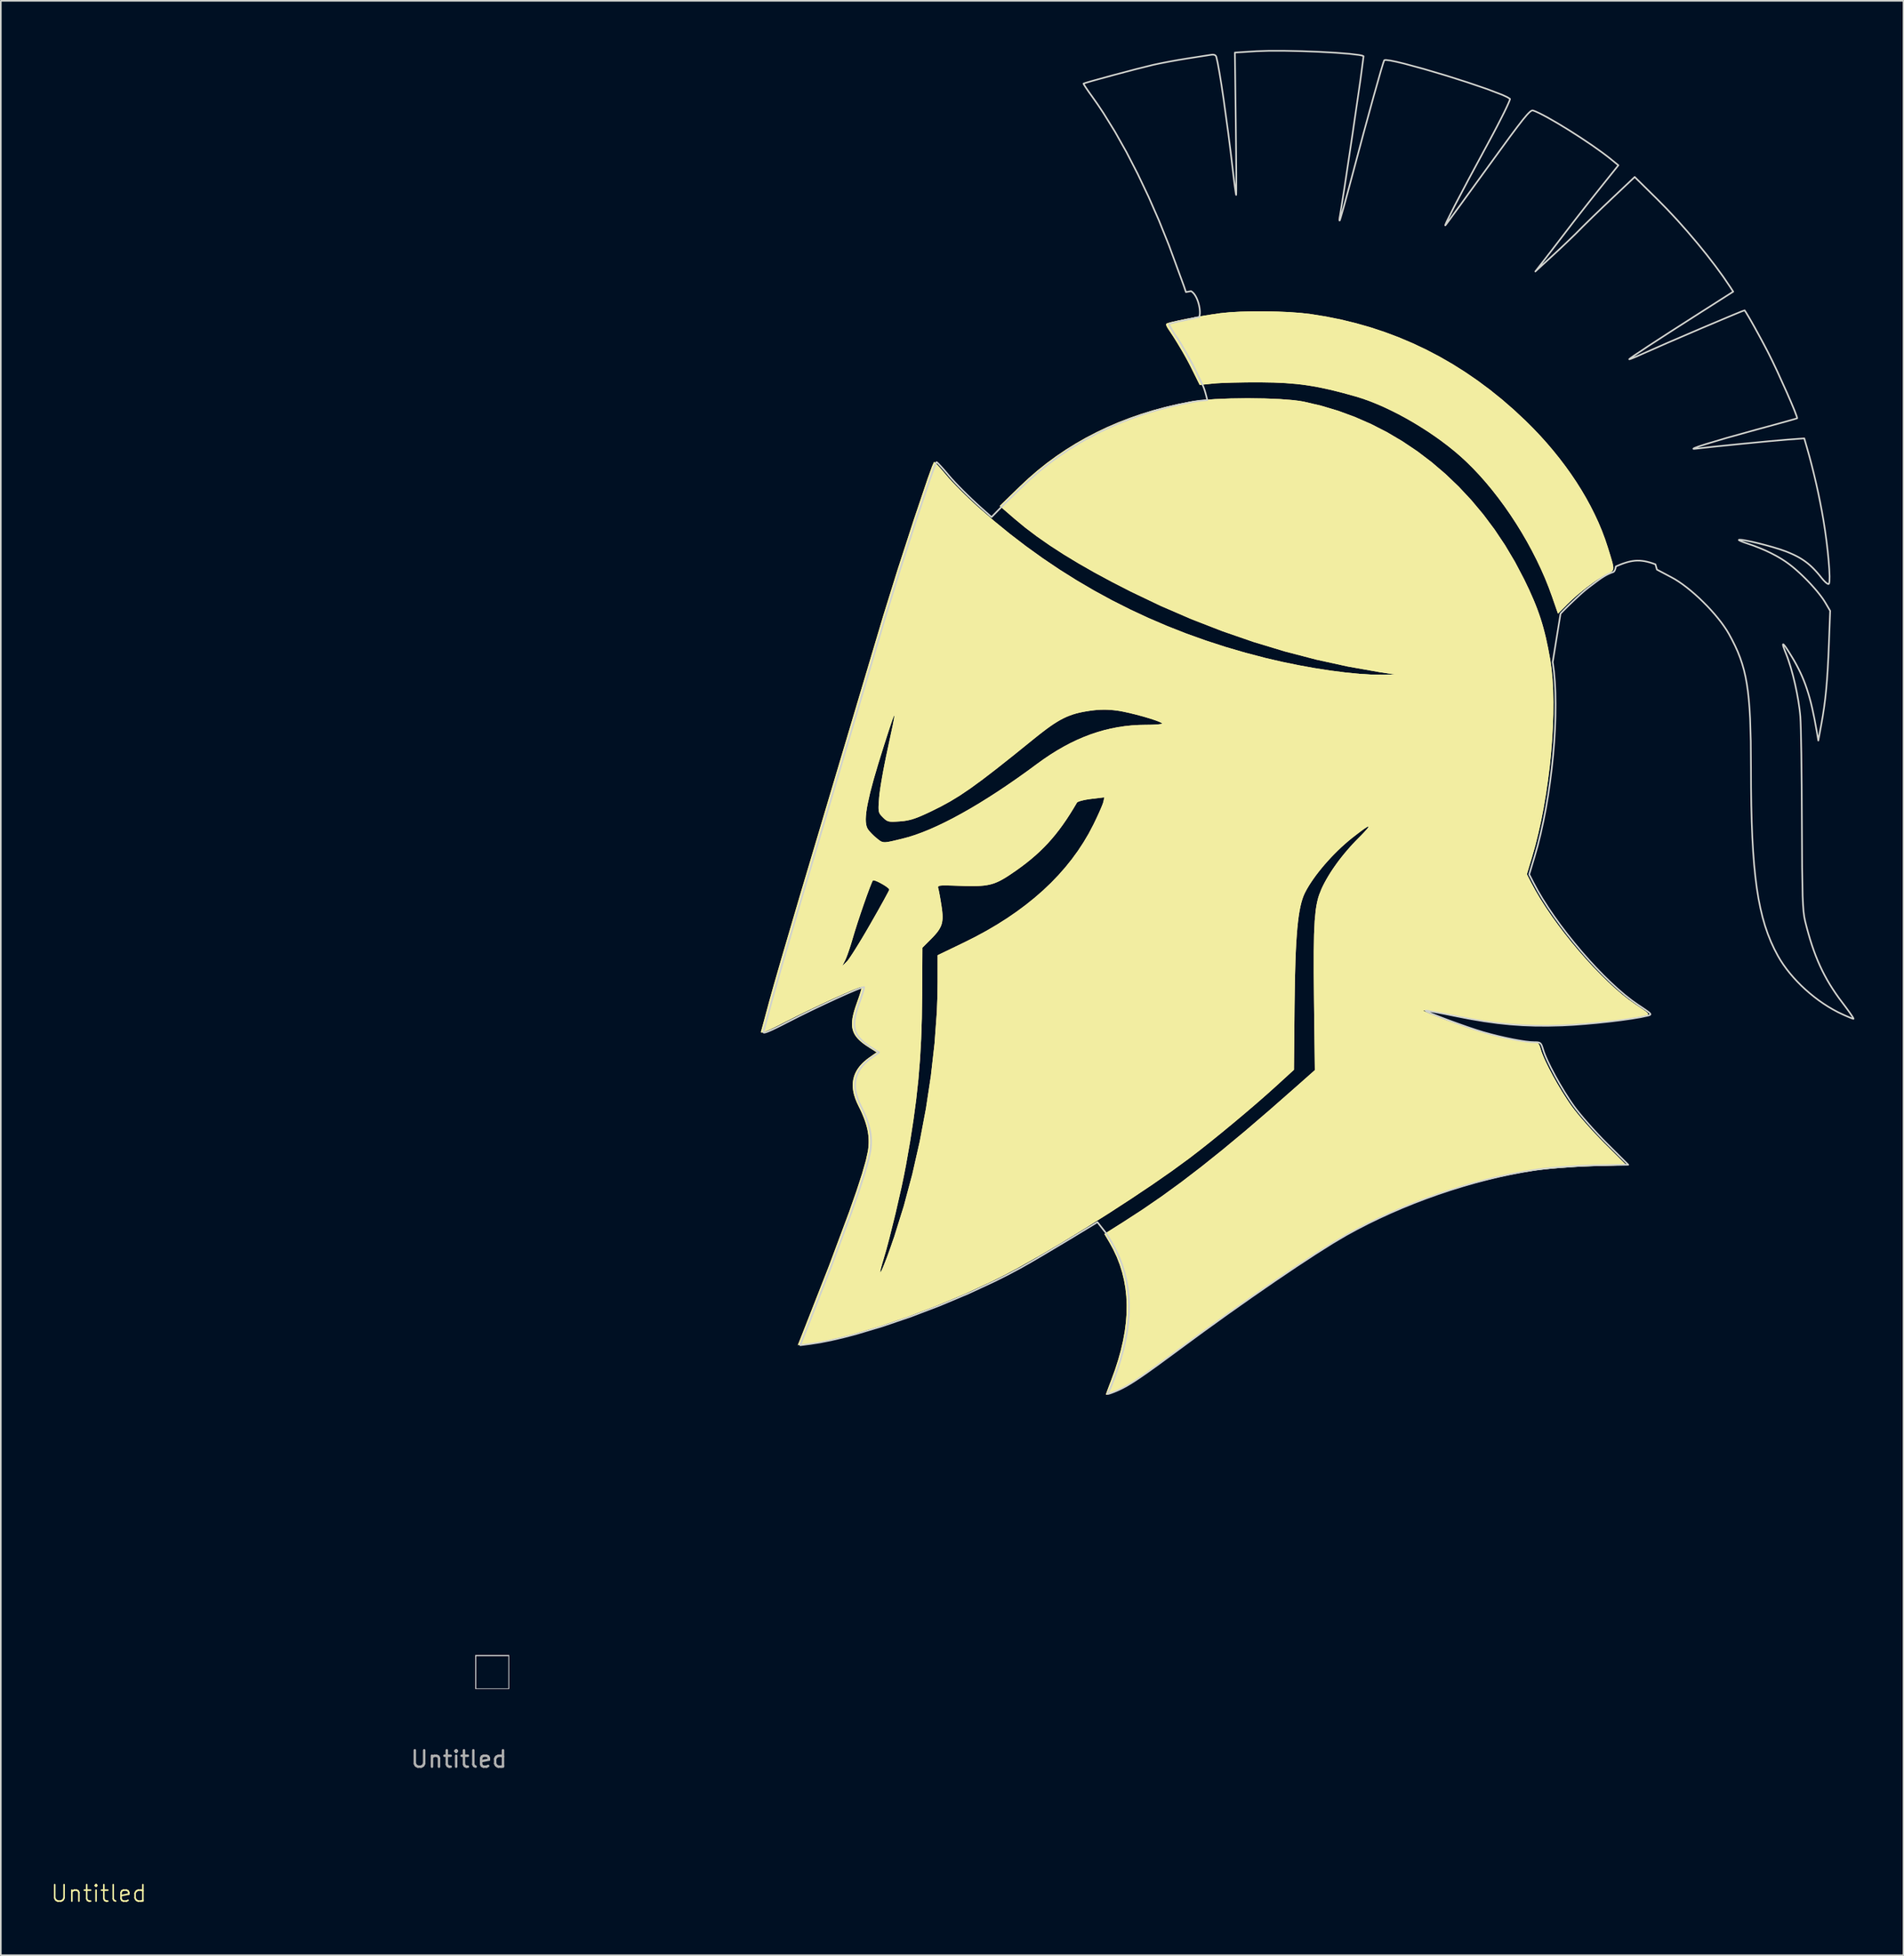
<source format=kicad_pcb>
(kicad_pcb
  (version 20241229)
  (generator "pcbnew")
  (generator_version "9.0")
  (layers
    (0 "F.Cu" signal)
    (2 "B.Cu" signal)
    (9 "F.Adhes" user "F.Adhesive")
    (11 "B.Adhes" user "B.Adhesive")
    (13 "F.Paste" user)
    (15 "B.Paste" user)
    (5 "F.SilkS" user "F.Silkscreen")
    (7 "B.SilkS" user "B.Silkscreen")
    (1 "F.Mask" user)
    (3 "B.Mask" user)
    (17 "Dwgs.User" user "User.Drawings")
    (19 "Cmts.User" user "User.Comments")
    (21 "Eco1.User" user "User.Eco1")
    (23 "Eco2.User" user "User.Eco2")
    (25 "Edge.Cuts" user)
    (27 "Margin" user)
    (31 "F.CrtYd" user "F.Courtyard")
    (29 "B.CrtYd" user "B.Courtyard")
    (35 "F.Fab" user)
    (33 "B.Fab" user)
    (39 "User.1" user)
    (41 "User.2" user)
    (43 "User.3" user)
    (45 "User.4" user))
  (footprint "Untitled"
    (layer "F.Cu")
    (at 25.979 100.012)
    (property "Reference" "Untitled" (at -23 12.5 0) (unlocked yes) (layer "F.SilkS") (effects (font (size 1 1) (thickness 0.1))))
    (attr smd)
    (fp_poly (pts (xy 49.199 -99.979) (xy 50.255 -99.956) (xy 51.325 -99.915) (xy 52.322 -99.86) (xy 53.162 -99.794) (xy 53.759 -99.722) (xy 53.939 -99.685) (xy 54.027 -99.648) (xy 53.834 -98.2) (xy 53.368 -95) (xy 52.871 -91.685) (xy 52.584 -89.895) (xy 52.571 -89.83) (xy 52.562 -89.772) (xy 52.555 -89.721) (xy 52.552 -89.679) (xy 52.551 -89.662) (xy 52.552 -89.647) (xy 52.553 -89.635) (xy 52.555 -89.626) (xy 52.557 -89.62) (xy 52.559 -89.618) (xy 52.561 -89.617) (xy 52.563 -89.617) (xy 52.565 -89.618) (xy 52.57 -89.622) (xy 52.58 -89.641) (xy 52.596 -89.688) (xy 52.648 -89.858) (xy 52.821 -90.463) (xy 53.062 -91.343) (xy 53.346 -92.408) (xy 54.022 -94.938) (xy 54.632 -97.165) (xy 55.085 -98.762) (xy 55.224 -99.221) (xy 55.289 -99.4) (xy 55.33 -99.415) (xy 55.407 -99.416) (xy 55.663 -99.383) (xy 56.038 -99.307) (xy 56.512 -99.193) (xy 57.682 -98.877) (xy 59.019 -98.481) (xy 60.369 -98.053) (xy 61.579 -97.64) (xy 62.494 -97.29) (xy 62.794 -97.152) (xy 62.961 -97.048) (xy 62.964 -97.041) (xy 62.964 -97.026) (xy 62.951 -96.979) (xy 62.925 -96.906) (xy 62.886 -96.811) (xy 62.771 -96.555) (xy 62.611 -96.224) (xy 62.413 -95.828) (xy 62.181 -95.378) (xy 61.921 -94.884) (xy 61.638 -94.359) (xy 60.448 -92.151) (xy 59.585 -90.516) (xy 59.1 -89.55) (xy 59.014 -89.348) (xy 59.013 -89.322) (xy 59.042 -89.348) (xy 59.305 -89.703) (xy 59.892 -90.507) (xy 61.688 -92.984) (xy 62.96 -94.73) (xy 63.404 -95.325) (xy 63.743 -95.76) (xy 63.992 -96.058) (xy 64.089 -96.162) (xy 64.169 -96.239) (xy 64.235 -96.293) (xy 64.29 -96.324) (xy 64.334 -96.337) (xy 64.371 -96.334) (xy 64.534 -96.272) (xy 64.74 -96.179) (xy 64.983 -96.056) (xy 65.258 -95.909) (xy 65.883 -95.55) (xy 66.572 -95.13) (xy 67.284 -94.674) (xy 67.974 -94.211) (xy 68.601 -93.765) (xy 68.877 -93.558) (xy 69.121 -93.365) (xy 69.582 -92.989) (xy 68.516 -91.661) (xy 68.03 -91.05) (xy 67.494 -90.369) (xy 66.973 -89.701) (xy 66.532 -89.13) (xy 65.722 -88.072) (xy 65.064 -87.217) (xy 64.513 -86.507) (xy 65.603 -87.509) (xy 66.07 -87.943) (xy 66.534 -88.382) (xy 66.942 -88.777) (xy 67.24 -89.075) (xy 67.378 -89.215) (xy 67.562 -89.398) (xy 68.036 -89.861) (xy 68.597 -90.401) (xy 69.182 -90.957) (xy 70.578 -92.274) (xy 71.953 -90.921) (xy 72.559 -90.306) (xy 73.176 -89.646) (xy 73.791 -88.954) (xy 74.392 -88.247) (xy 74.967 -87.539) (xy 75.503 -86.846) (xy 75.987 -86.182) (xy 76.406 -85.563) (xy 76.592 -85.275) (xy 74.539 -83.967) (xy 72.75 -82.822) (xy 71.398 -81.945) (xy 70.543 -81.375) (xy 70.321 -81.217) (xy 70.245 -81.151) (xy 70.246 -81.149) (xy 70.249 -81.149) (xy 70.26 -81.15) (xy 70.279 -81.154) (xy 70.303 -81.162) (xy 70.335 -81.173) (xy 70.372 -81.186) (xy 70.462 -81.221) (xy 70.571 -81.266) (xy 70.696 -81.319) (xy 70.835 -81.38) (xy 70.983 -81.446) (xy 72.577 -82.149) (xy 74.671 -83.049) (xy 76.498 -83.821) (xy 77.071 -84.055) (xy 77.289 -84.135) (xy 77.388 -83.984) (xy 77.528 -83.75) (xy 77.702 -83.449) (xy 77.899 -83.099) (xy 78.11 -82.716) (xy 78.327 -82.316) (xy 78.539 -81.917) (xy 78.738 -81.535) (xy 78.993 -81.019) (xy 79.282 -80.41) (xy 79.872 -79.108) (xy 80.129 -78.513) (xy 80.333 -78.021) (xy 80.462 -77.682) (xy 80.492 -77.585) (xy 80.494 -77.545) (xy 80.438 -77.526) (xy 80.288 -77.482) (xy 79.75 -77.33) (xy 78.962 -77.112) (xy 78.004 -76.851) (xy 76.21 -76.352) (xy 74.914 -75.967) (xy 74.49 -75.829) (xy 74.235 -75.734) (xy 74.175 -75.703) (xy 74.163 -75.685) (xy 74.2 -75.679) (xy 74.289 -75.687) (xy 75.374 -75.809) (xy 77.052 -75.98) (xy 78.76 -76.144) (xy 79.932 -76.246) (xy 80.931 -76.319) (xy 81.1 -75.73) (xy 81.25 -75.194) (xy 81.394 -74.648) (xy 81.531 -74.094) (xy 81.662 -73.537) (xy 81.785 -72.978) (xy 81.899 -72.421) (xy 82.005 -71.87) (xy 82.1 -71.327) (xy 82.2 -70.687) (xy 82.288 -70.041) (xy 82.362 -69.414) (xy 82.419 -68.831) (xy 82.457 -68.318) (xy 82.474 -67.899) (xy 82.468 -67.601) (xy 82.456 -67.504) (xy 82.437 -67.447) (xy 82.432 -67.441) (xy 82.426 -67.436) (xy 82.42 -67.433) (xy 82.413 -67.43) (xy 82.405 -67.43) (xy 82.396 -67.43) (xy 82.386 -67.432) (xy 82.376 -67.435) (xy 82.365 -67.439) (xy 82.353 -67.445) (xy 82.341 -67.451) (xy 82.327 -67.459) (xy 82.313 -67.469) (xy 82.299 -67.479) (xy 82.284 -67.491) (xy 82.268 -67.503) (xy 82.234 -67.532) (xy 82.199 -67.566) (xy 82.161 -67.604) (xy 82.121 -67.646) (xy 82.079 -67.693) (xy 82.035 -67.743) (xy 81.989 -67.798) (xy 81.942 -67.856) (xy 81.826 -68.001) (xy 81.71 -68.136) (xy 81.595 -68.263) (xy 81.48 -68.383) (xy 81.364 -68.495) (xy 81.247 -68.601) (xy 81.126 -68.701) (xy 81.003 -68.795) (xy 80.876 -68.884) (xy 80.743 -68.969) (xy 80.606 -69.051) (xy 80.462 -69.129) (xy 80.311 -69.204) (xy 80.152 -69.277) (xy 79.984 -69.349) (xy 79.808 -69.42) (xy 79.457 -69.543) (xy 79.033 -69.674) (xy 78.57 -69.803) (xy 78.105 -69.922) (xy 77.674 -70.022) (xy 77.311 -70.095) (xy 77.167 -70.118) (xy 77.054 -70.131) (xy 76.975 -70.132) (xy 76.951 -70.129) (xy 76.937 -70.122) (xy 76.936 -70.119) (xy 76.936 -70.117) (xy 76.938 -70.113) (xy 76.941 -70.11) (xy 76.945 -70.106) (xy 76.951 -70.101) (xy 76.967 -70.091) (xy 76.988 -70.08) (xy 77.014 -70.067) (xy 77.045 -70.053) (xy 77.08 -70.038) (xy 77.118 -70.022) (xy 77.161 -70.005) (xy 77.207 -69.987) (xy 77.256 -69.969) (xy 77.308 -69.95) (xy 77.362 -69.931) (xy 77.419 -69.912) (xy 77.478 -69.892) (xy 77.854 -69.762) (xy 78.218 -69.621) (xy 78.569 -69.471) (xy 78.904 -69.311) (xy 79.222 -69.144) (xy 79.375 -69.057) (xy 79.522 -68.969) (xy 79.664 -68.879) (xy 79.801 -68.788) (xy 79.933 -68.695) (xy 80.059 -68.601) (xy 80.21 -68.482) (xy 80.364 -68.353) (xy 80.521 -68.216) (xy 80.679 -68.072) (xy 80.836 -67.923) (xy 80.992 -67.77) (xy 81.146 -67.613) (xy 81.296 -67.455) (xy 81.441 -67.297) (xy 81.58 -67.139) (xy 81.712 -66.984) (xy 81.835 -66.832) (xy 81.949 -66.684) (xy 82.052 -66.543) (xy 82.144 -66.409) (xy 82.222 -66.283) (xy 82.51 -65.791) (xy 82.435 -63.8) (xy 82.401 -62.989) (xy 82.363 -62.26) (xy 82.319 -61.601) (xy 82.268 -60.996) (xy 82.209 -60.433) (xy 82.14 -59.898) (xy 82.061 -59.378) (xy 81.97 -58.858) (xy 81.787 -57.875) (xy 81.694 -58.421) (xy 81.556 -59.179) (xy 81.413 -59.855) (xy 81.338 -60.167) (xy 81.26 -60.463) (xy 81.178 -60.746) (xy 81.092 -61.017) (xy 81.002 -61.278) (xy 80.906 -61.53) (xy 80.804 -61.775) (xy 80.696 -62.016) (xy 80.581 -62.253) (xy 80.458 -62.488) (xy 80.327 -62.723) (xy 80.188 -62.96) (xy 79.988 -63.285) (xy 79.905 -63.415) (xy 79.833 -63.524) (xy 79.771 -63.611) (xy 79.721 -63.678) (xy 79.682 -63.723) (xy 79.666 -63.737) (xy 79.653 -63.747) (xy 79.643 -63.75) (xy 79.636 -63.749) (xy 79.631 -63.742) (xy 79.629 -63.73) (xy 79.63 -63.713) (xy 79.634 -63.69) (xy 79.649 -63.629) (xy 79.675 -63.547) (xy 79.711 -63.443) (xy 79.759 -63.318) (xy 79.817 -63.172) (xy 79.891 -62.983) (xy 79.964 -62.777) (xy 80.106 -62.328) (xy 80.242 -61.839) (xy 80.366 -61.326) (xy 80.477 -60.804) (xy 80.57 -60.287) (xy 80.642 -59.791) (xy 80.669 -59.556) (xy 80.69 -59.331) (xy 80.706 -59.017) (xy 80.722 -58.513) (xy 80.75 -57.038) (xy 80.772 -55.117) (xy 80.784 -52.957) (xy 80.799 -50.134) (xy 80.829 -48.403) (xy 80.854 -47.84) (xy 80.888 -47.42) (xy 80.931 -47.1) (xy 80.986 -46.837) (xy 81.084 -46.45) (xy 81.186 -46.078) (xy 81.291 -45.721) (xy 81.4 -45.379) (xy 81.514 -45.048) (xy 81.633 -44.729) (xy 81.758 -44.42) (xy 81.89 -44.12) (xy 82.029 -43.827) (xy 82.175 -43.541) (xy 82.33 -43.26) (xy 82.493 -42.983) (xy 82.665 -42.709) (xy 82.847 -42.437) (xy 83.039 -42.165) (xy 83.243 -41.892) (xy 83.396 -41.689) (xy 83.536 -41.5) (xy 83.659 -41.329) (xy 83.764 -41.18) (xy 83.846 -41.057) (xy 83.903 -40.965) (xy 83.922 -40.931) (xy 83.933 -40.907) (xy 83.937 -40.892) (xy 83.936 -40.888) (xy 83.933 -40.887) (xy 83.921 -40.89) (xy 83.904 -40.894) (xy 83.855 -40.911) (xy 83.787 -40.937) (xy 83.704 -40.97) (xy 83.607 -41.01) (xy 83.5 -41.055) (xy 83.386 -41.105) (xy 83.267 -41.159) (xy 83.267 -41.159) (xy 82.972 -41.301) (xy 82.677 -41.459) (xy 82.385 -41.632) (xy 82.097 -41.817) (xy 81.813 -42.016) (xy 81.536 -42.225) (xy 81.265 -42.446) (xy 81.002 -42.675) (xy 80.748 -42.913) (xy 80.505 -43.158) (xy 80.273 -43.41) (xy 80.053 -43.667) (xy 79.847 -43.928) (xy 79.656 -44.193) (xy 79.48 -44.46) (xy 79.322 -44.729) (xy 79.097 -45.156) (xy 78.893 -45.599) (xy 78.706 -46.064) (xy 78.538 -46.556) (xy 78.387 -47.077) (xy 78.253 -47.635) (xy 78.134 -48.232) (xy 78.031 -48.874) (xy 77.943 -49.565) (xy 77.868 -50.311) (xy 77.807 -51.115) (xy 77.758 -51.982) (xy 77.722 -52.918) (xy 77.696 -53.927) (xy 77.681 -55.013) (xy 77.676 -56.181) (xy 77.664 -57.835) (xy 77.623 -59.214) (xy 77.589 -59.815) (xy 77.545 -60.366) (xy 77.49 -60.871) (xy 77.422 -61.337) (xy 77.342 -61.771) (xy 77.248 -62.177) (xy 77.138 -62.562) (xy 77.013 -62.932) (xy 76.87 -63.292) (xy 76.71 -63.649) (xy 76.531 -64.009) (xy 76.332 -64.377) (xy 76.194 -64.608) (xy 76.034 -64.848) (xy 75.855 -65.094) (xy 75.66 -65.344) (xy 75.449 -65.596) (xy 75.226 -65.847) (xy 74.993 -66.096) (xy 74.753 -66.34) (xy 74.506 -66.576) (xy 74.256 -66.803) (xy 74.005 -67.019) (xy 73.756 -67.22) (xy 73.509 -67.406) (xy 73.269 -67.573) (xy 73.036 -67.72) (xy 72.813 -67.843) (xy 71.939 -68.295) (xy 71.728 -69.041) (xy 71.381 -70.137) (xy 70.969 -71.218) (xy 70.493 -72.28) (xy 69.956 -73.32) (xy 69.359 -74.338) (xy 68.705 -75.329) (xy 67.995 -76.292) (xy 67.233 -77.224) (xy 66.42 -78.123) (xy 65.558 -78.986) (xy 64.649 -79.81) (xy 63.696 -80.593) (xy 62.7 -81.334) (xy 61.664 -82.028) (xy 60.59 -82.675) (xy 59.48 -83.27) (xy 59.055 -83.479) (xy 58.622 -83.68) (xy 58.179 -83.874) (xy 57.728 -84.06) (xy 57.27 -84.239) (xy 56.805 -84.41) (xy 55.856 -84.727) (xy 54.885 -85.01) (xy 53.896 -85.259) (xy 52.895 -85.471) (xy 51.886 -85.645) (xy 51.521 -85.695) (xy 51.129 -85.738) (xy 50.279 -85.8) (xy 49.367 -85.834) (xy 48.428 -85.838) (xy 47.494 -85.814) (xy 46.598 -85.762) (xy 45.774 -85.683) (xy 45.4 -85.632) (xy 45.055 -85.575) (xy 43.462 -85.282) (xy 43.195 -85.235) (xy 43.169 -85.302) (xy 43.135 -85.392) (xy 43.085 -85.525) (xy 43.018 -85.707) (xy 42.934 -85.94) (xy 42.83 -86.229) (xy 42.707 -86.579) (xy 42.143 -88.112) (xy 41.538 -89.614) (xy 40.9 -91.072) (xy 40.235 -92.471) (xy 39.55 -93.798) (xy 38.852 -95.038) (xy 38.148 -96.177) (xy 38.134 -96.198) (xy 41.019 -96.198) (xy 41.019 -96.188) (xy 41.026 -96.161) (xy 41.038 -96.122) (xy 41.056 -96.072) (xy 41.079 -96.013) (xy 41.108 -95.944) (xy 41.141 -95.865) (xy 41.18 -95.778) (xy 41.223 -95.683) (xy 41.324 -95.47) (xy 41.44 -95.231) (xy 41.69 -94.703) (xy 41.934 -94.144) (xy 42.171 -93.558) (xy 42.4 -92.947) (xy 42.619 -92.316) (xy 42.828 -91.667) (xy 43.024 -91.005) (xy 43.207 -90.332) (xy 43.271 -90.094) (xy 43.332 -89.879) (xy 43.388 -89.691) (xy 43.439 -89.535) (xy 43.482 -89.414) (xy 43.517 -89.333) (xy 43.531 -89.309) (xy 43.542 -89.296) (xy 43.546 -89.294) (xy 43.55 -89.295) (xy 43.555 -89.307) (xy 43.558 -89.331) (xy 43.557 -89.366) (xy 43.553 -89.41) (xy 43.547 -89.463) (xy 43.527 -89.596) (xy 43.498 -89.757) (xy 43.461 -89.942) (xy 43.417 -90.146) (xy 43.366 -90.364) (xy 43.311 -90.589) (xy 43.076 -91.449) (xy 42.811 -92.304) (xy 42.524 -93.135) (xy 42.223 -93.921) (xy 41.918 -94.639) (xy 41.616 -95.268) (xy 41.469 -95.544) (xy 41.326 -95.789) (xy 41.189 -96.001) (xy 41.057 -96.179) (xy 41.047 -96.191) (xy 41.038 -96.2) (xy 41.031 -96.206) (xy 41.025 -96.209) (xy 41.022 -96.208) (xy 41.019 -96.204) (xy 41.019 -96.198) (xy 38.134 -96.198) (xy 37.796 -96.704) (xy 37.445 -97.201) (xy 37.336 -97.352) (xy 37.236 -97.494) (xy 37.147 -97.624) (xy 37.07 -97.738) (xy 37.009 -97.834) (xy 36.964 -97.907) (xy 36.939 -97.956) (xy 36.934 -97.97) (xy 36.933 -97.974) (xy 36.934 -97.977) (xy 37.101 -98.034) (xy 37.503 -98.151) (xy 38.751 -98.493) (xy 40.151 -98.863) (xy 41.176 -99.118) (xy 41.627 -99.214) (xy 42.169 -99.319) (xy 42.733 -99.421) (xy 43.252 -99.507) (xy 44.694 -99.731) (xy 44.732 -99.736) (xy 44.768 -99.74) (xy 44.801 -99.741) (xy 44.832 -99.742) (xy 44.86 -99.74) (xy 44.887 -99.736) (xy 44.911 -99.73) (xy 44.922 -99.727) (xy 44.933 -99.723) (xy 44.943 -99.718) (xy 44.953 -99.713) (xy 44.962 -99.708) (xy 44.971 -99.702) (xy 44.979 -99.696) (xy 44.987 -99.689) (xy 44.994 -99.681) (xy 45.001 -99.673) (xy 45.007 -99.664) (xy 45.014 -99.655) (xy 45.025 -99.636) (xy 45.034 -99.614) (xy 45.042 -99.59) (xy 45.124 -99.228) (xy 45.229 -98.652) (xy 45.351 -97.897) (xy 45.486 -97.001) (xy 45.77 -94.932) (xy 45.909 -93.833) (xy 46.039 -92.74) (xy 46.109 -92.145) (xy 46.172 -91.652) (xy 46.22 -91.314) (xy 46.237 -91.218) (xy 46.247 -91.18) (xy 46.253 -91.262) (xy 46.256 -91.511) (xy 46.255 -92.437) (xy 46.245 -93.817) (xy 46.227 -95.508) (xy 46.172 -99.871) (xy 47.472 -99.952) (xy 48.243 -99.979)) (stroke (width 0) (type solid)) (fill yes) (layer "F.Mask"))
    (fp_poly (pts (xy 49.199 -99.979) (xy 50.255 -99.956) (xy 51.325 -99.915) (xy 52.322 -99.86) (xy 53.162 -99.794) (xy 53.759 -99.722) (xy 53.939 -99.685) (xy 54.027 -99.648) (xy 53.834 -98.2) (xy 53.368 -95) (xy 52.871 -91.685) (xy 52.584 -89.895) (xy 52.571 -89.83) (xy 52.562 -89.772) (xy 52.555 -89.721) (xy 52.552 -89.679) (xy 52.551 -89.662) (xy 52.552 -89.647) (xy 52.553 -89.635) (xy 52.555 -89.626) (xy 52.557 -89.62) (xy 52.559 -89.618) (xy 52.561 -89.617) (xy 52.563 -89.617) (xy 52.565 -89.618) (xy 52.57 -89.622) (xy 52.58 -89.641) (xy 52.596 -89.688) (xy 52.648 -89.858) (xy 52.821 -90.463) (xy 53.062 -91.343) (xy 53.346 -92.408) (xy 54.022 -94.938) (xy 54.632 -97.165) (xy 55.085 -98.762) (xy 55.224 -99.221) (xy 55.289 -99.4) (xy 55.33 -99.415) (xy 55.407 -99.416) (xy 55.663 -99.383) (xy 56.038 -99.307) (xy 56.512 -99.193) (xy 57.682 -98.877) (xy 59.019 -98.481) (xy 60.369 -98.053) (xy 61.579 -97.64) (xy 62.494 -97.29) (xy 62.794 -97.152) (xy 62.961 -97.048) (xy 62.964 -97.041) (xy 62.964 -97.026) (xy 62.951 -96.979) (xy 62.925 -96.906) (xy 62.886 -96.811) (xy 62.771 -96.555) (xy 62.611 -96.224) (xy 62.413 -95.828) (xy 62.181 -95.378) (xy 61.921 -94.884) (xy 61.638 -94.359) (xy 60.448 -92.151) (xy 59.585 -90.516) (xy 59.1 -89.55) (xy 59.014 -89.348) (xy 59.013 -89.322) (xy 59.042 -89.348) (xy 59.305 -89.703) (xy 59.892 -90.507) (xy 61.688 -92.984) (xy 62.96 -94.73) (xy 63.404 -95.325) (xy 63.743 -95.76) (xy 63.992 -96.058) (xy 64.089 -96.162) (xy 64.169 -96.239) (xy 64.235 -96.293) (xy 64.29 -96.324) (xy 64.334 -96.337) (xy 64.371 -96.334) (xy 64.534 -96.272) (xy 64.74 -96.179) (xy 64.983 -96.056) (xy 65.258 -95.909) (xy 65.883 -95.55) (xy 66.572 -95.13) (xy 67.284 -94.674) (xy 67.974 -94.211) (xy 68.601 -93.765) (xy 68.877 -93.558) (xy 69.121 -93.365) (xy 69.582 -92.989) (xy 68.516 -91.661) (xy 68.03 -91.05) (xy 67.494 -90.369) (xy 66.973 -89.701) (xy 66.532 -89.13) (xy 65.722 -88.072) (xy 65.064 -87.217) (xy 64.513 -86.507) (xy 65.603 -87.509) (xy 66.07 -87.943) (xy 66.534 -88.382) (xy 66.942 -88.777) (xy 67.24 -89.075) (xy 67.378 -89.215) (xy 67.562 -89.398) (xy 68.036 -89.861) (xy 68.597 -90.401) (xy 69.182 -90.957) (xy 70.578 -92.274) (xy 71.953 -90.921) (xy 72.559 -90.306) (xy 73.176 -89.646) (xy 73.791 -88.954) (xy 74.392 -88.247) (xy 74.967 -87.539) (xy 75.503 -86.846) (xy 75.987 -86.182) (xy 76.406 -85.563) (xy 76.592 -85.275) (xy 74.539 -83.967) (xy 72.75 -82.822) (xy 71.398 -81.945) (xy 70.543 -81.375) (xy 70.321 -81.217) (xy 70.245 -81.151) (xy 70.246 -81.149) (xy 70.249 -81.149) (xy 70.26 -81.15) (xy 70.279 -81.154) (xy 70.303 -81.162) (xy 70.335 -81.173) (xy 70.372 -81.186) (xy 70.462 -81.221) (xy 70.571 -81.266) (xy 70.696 -81.319) (xy 70.835 -81.38) (xy 70.983 -81.446) (xy 72.577 -82.149) (xy 74.671 -83.049) (xy 76.498 -83.821) (xy 77.071 -84.055) (xy 77.289 -84.135) (xy 77.388 -83.984) (xy 77.528 -83.75) (xy 77.702 -83.449) (xy 77.899 -83.099) (xy 78.11 -82.716) (xy 78.327 -82.316) (xy 78.539 -81.917) (xy 78.738 -81.535) (xy 78.993 -81.019) (xy 79.282 -80.41) (xy 79.872 -79.108) (xy 80.129 -78.513) (xy 80.333 -78.021) (xy 80.462 -77.682) (xy 80.492 -77.585) (xy 80.494 -77.545) (xy 80.438 -77.526) (xy 80.288 -77.482) (xy 79.75 -77.33) (xy 78.962 -77.112) (xy 78.004 -76.851) (xy 76.21 -76.352) (xy 74.914 -75.967) (xy 74.49 -75.829) (xy 74.235 -75.734) (xy 74.175 -75.703) (xy 74.163 -75.685) (xy 74.2 -75.679) (xy 74.289 -75.687) (xy 75.374 -75.809) (xy 77.052 -75.98) (xy 78.76 -76.144) (xy 79.932 -76.246) (xy 80.931 -76.319) (xy 81.1 -75.73) (xy 81.25 -75.194) (xy 81.394 -74.648) (xy 81.531 -74.094) (xy 81.662 -73.537) (xy 81.785 -72.978) (xy 81.899 -72.421) (xy 82.005 -71.87) (xy 82.1 -71.327) (xy 82.2 -70.687) (xy 82.288 -70.041) (xy 82.362 -69.414) (xy 82.419 -68.831) (xy 82.457 -68.318) (xy 82.474 -67.899) (xy 82.468 -67.601) (xy 82.456 -67.504) (xy 82.437 -67.447) (xy 82.432 -67.441) (xy 82.426 -67.436) (xy 82.42 -67.433) (xy 82.413 -67.43) (xy 82.405 -67.43) (xy 82.396 -67.43) (xy 82.386 -67.432) (xy 82.376 -67.435) (xy 82.365 -67.439) (xy 82.353 -67.445) (xy 82.341 -67.451) (xy 82.327 -67.459) (xy 82.313 -67.469) (xy 82.299 -67.479) (xy 82.284 -67.491) (xy 82.268 -67.503) (xy 82.234 -67.532) (xy 82.199 -67.566) (xy 82.161 -67.604) (xy 82.121 -67.646) (xy 82.079 -67.693) (xy 82.035 -67.743) (xy 81.989 -67.798) (xy 81.942 -67.856) (xy 81.826 -68.001) (xy 81.71 -68.136) (xy 81.595 -68.263) (xy 81.48 -68.383) (xy 81.364 -68.495) (xy 81.247 -68.601) (xy 81.126 -68.701) (xy 81.003 -68.795) (xy 80.876 -68.884) (xy 80.743 -68.969) (xy 80.606 -69.051) (xy 80.462 -69.129) (xy 80.311 -69.204) (xy 80.152 -69.277) (xy 79.984 -69.349) (xy 79.808 -69.42) (xy 79.457 -69.543) (xy 79.033 -69.674) (xy 78.57 -69.803) (xy 78.105 -69.922) (xy 77.674 -70.022) (xy 77.311 -70.095) (xy 77.167 -70.118) (xy 77.054 -70.131) (xy 76.975 -70.132) (xy 76.951 -70.129) (xy 76.937 -70.122) (xy 76.936 -70.119) (xy 76.936 -70.117) (xy 76.938 -70.113) (xy 76.941 -70.11) (xy 76.945 -70.106) (xy 76.951 -70.101) (xy 76.967 -70.091) (xy 76.988 -70.08) (xy 77.014 -70.067) (xy 77.045 -70.053) (xy 77.08 -70.038) (xy 77.118 -70.022) (xy 77.161 -70.005) (xy 77.207 -69.987) (xy 77.256 -69.969) (xy 77.308 -69.95) (xy 77.362 -69.931) (xy 77.419 -69.912) (xy 77.478 -69.892) (xy 77.854 -69.762) (xy 78.218 -69.621) (xy 78.569 -69.471) (xy 78.904 -69.311) (xy 79.222 -69.144) (xy 79.375 -69.057) (xy 79.522 -68.969) (xy 79.664 -68.879) (xy 79.801 -68.788) (xy 79.933 -68.695) (xy 80.059 -68.601) (xy 80.21 -68.482) (xy 80.364 -68.353) (xy 80.521 -68.216) (xy 80.679 -68.072) (xy 80.836 -67.923) (xy 80.992 -67.77) (xy 81.146 -67.613) (xy 81.296 -67.455) (xy 81.441 -67.297) (xy 81.58 -67.139) (xy 81.712 -66.984) (xy 81.835 -66.832) (xy 81.949 -66.684) (xy 82.052 -66.543) (xy 82.144 -66.409) (xy 82.222 -66.283) (xy 82.51 -65.791) (xy 82.435 -63.8) (xy 82.401 -62.989) (xy 82.363 -62.26) (xy 82.319 -61.601) (xy 82.268 -60.996) (xy 82.209 -60.433) (xy 82.14 -59.898) (xy 82.061 -59.378) (xy 81.97 -58.858) (xy 81.787 -57.875) (xy 81.694 -58.421) (xy 81.556 -59.179) (xy 81.413 -59.855) (xy 81.338 -60.167) (xy 81.26 -60.463) (xy 81.178 -60.746) (xy 81.092 -61.017) (xy 81.002 -61.278) (xy 80.906 -61.53) (xy 80.804 -61.775) (xy 80.696 -62.016) (xy 80.581 -62.253) (xy 80.458 -62.488) (xy 80.327 -62.723) (xy 80.188 -62.96) (xy 79.988 -63.285) (xy 79.905 -63.415) (xy 79.833 -63.524) (xy 79.771 -63.611) (xy 79.721 -63.678) (xy 79.682 -63.723) (xy 79.666 -63.737) (xy 79.653 -63.747) (xy 79.643 -63.75) (xy 79.636 -63.749) (xy 79.631 -63.742) (xy 79.629 -63.73) (xy 79.63 -63.713) (xy 79.634 -63.69) (xy 79.649 -63.629) (xy 79.675 -63.547) (xy 79.711 -63.443) (xy 79.759 -63.318) (xy 79.817 -63.172) (xy 79.891 -62.983) (xy 79.964 -62.777) (xy 80.106 -62.328) (xy 80.242 -61.839) (xy 80.366 -61.326) (xy 80.477 -60.804) (xy 80.57 -60.287) (xy 80.642 -59.791) (xy 80.669 -59.556) (xy 80.69 -59.331) (xy 80.706 -59.017) (xy 80.722 -58.513) (xy 80.75 -57.038) (xy 80.772 -55.117) (xy 80.784 -52.957) (xy 80.799 -50.134) (xy 80.829 -48.403) (xy 80.854 -47.84) (xy 80.888 -47.42) (xy 80.931 -47.1) (xy 80.986 -46.837) (xy 81.084 -46.45) (xy 81.186 -46.078) (xy 81.291 -45.721) (xy 81.4 -45.379) (xy 81.514 -45.048) (xy 81.633 -44.729) (xy 81.758 -44.42) (xy 81.89 -44.12) (xy 82.029 -43.827) (xy 82.175 -43.541) (xy 82.33 -43.26) (xy 82.493 -42.983) (xy 82.665 -42.709) (xy 82.847 -42.437) (xy 83.039 -42.165) (xy 83.243 -41.892) (xy 83.396 -41.689) (xy 83.536 -41.5) (xy 83.659 -41.329) (xy 83.764 -41.18) (xy 83.846 -41.057) (xy 83.903 -40.965) (xy 83.922 -40.931) (xy 83.933 -40.907) (xy 83.937 -40.892) (xy 83.936 -40.888) (xy 83.933 -40.887) (xy 83.921 -40.89) (xy 83.904 -40.894) (xy 83.855 -40.911) (xy 83.787 -40.937) (xy 83.704 -40.97) (xy 83.607 -41.01) (xy 83.5 -41.055) (xy 83.386 -41.105) (xy 83.267 -41.159) (xy 83.267 -41.159) (xy 82.972 -41.301) (xy 82.677 -41.459) (xy 82.385 -41.632) (xy 82.097 -41.817) (xy 81.813 -42.016) (xy 81.536 -42.225) (xy 81.265 -42.446) (xy 81.002 -42.675) (xy 80.748 -42.913) (xy 80.505 -43.158) (xy 80.273 -43.41) (xy 80.053 -43.667) (xy 79.847 -43.928) (xy 79.656 -44.193) (xy 79.48 -44.46) (xy 79.322 -44.729) (xy 79.097 -45.156) (xy 78.893 -45.599) (xy 78.706 -46.064) (xy 78.538 -46.556) (xy 78.387 -47.077) (xy 78.253 -47.635) (xy 78.134 -48.232) (xy 78.031 -48.874) (xy 77.943 -49.565) (xy 77.868 -50.311) (xy 77.807 -51.115) (xy 77.758 -51.982) (xy 77.722 -52.918) (xy 77.696 -53.927) (xy 77.681 -55.013) (xy 77.676 -56.181) (xy 77.664 -57.835) (xy 77.623 -59.214) (xy 77.589 -59.815) (xy 77.545 -60.366) (xy 77.49 -60.871) (xy 77.422 -61.337) (xy 77.342 -61.771) (xy 77.248 -62.177) (xy 77.138 -62.562) (xy 77.013 -62.932) (xy 76.87 -63.292) (xy 76.71 -63.649) (xy 76.531 -64.009) (xy 76.332 -64.377) (xy 76.194 -64.608) (xy 76.034 -64.848) (xy 75.855 -65.094) (xy 75.66 -65.344) (xy 75.449 -65.596) (xy 75.226 -65.847) (xy 74.993 -66.096) (xy 74.753 -66.34) (xy 74.506 -66.576) (xy 74.256 -66.803) (xy 74.005 -67.019) (xy 73.756 -67.22) (xy 73.509 -67.406) (xy 73.269 -67.573) (xy 73.036 -67.72) (xy 72.813 -67.843) (xy 71.939 -68.295) (xy 71.728 -69.041) (xy 71.381 -70.137) (xy 70.969 -71.218) (xy 70.493 -72.28) (xy 69.956 -73.32) (xy 69.359 -74.338) (xy 68.705 -75.329) (xy 67.995 -76.292) (xy 67.233 -77.224) (xy 66.42 -78.123) (xy 65.558 -78.986) (xy 64.649 -79.81) (xy 63.696 -80.593) (xy 62.7 -81.334) (xy 61.664 -82.028) (xy 60.59 -82.675) (xy 59.48 -83.27) (xy 59.055 -83.479) (xy 58.622 -83.68) (xy 58.179 -83.874) (xy 57.728 -84.06) (xy 57.27 -84.239) (xy 56.805 -84.41) (xy 55.856 -84.727) (xy 54.885 -85.01) (xy 53.896 -85.259) (xy 52.895 -85.471) (xy 51.886 -85.645) (xy 51.521 -85.695) (xy 51.129 -85.738) (xy 50.279 -85.8) (xy 49.367 -85.834) (xy 48.428 -85.838) (xy 47.494 -85.814) (xy 46.598 -85.762) (xy 45.774 -85.683) (xy 45.4 -85.632) (xy 45.055 -85.575) (xy 43.462 -85.282) (xy 43.195 -85.235) (xy 43.169 -85.302) (xy 43.135 -85.392) (xy 43.085 -85.525) (xy 43.018 -85.707) (xy 42.934 -85.94) (xy 42.83 -86.229) (xy 42.707 -86.579) (xy 42.143 -88.112) (xy 41.538 -89.614) (xy 40.9 -91.072) (xy 40.235 -92.471) (xy 39.55 -93.798) (xy 38.852 -95.038) (xy 38.148 -96.177) (xy 38.134 -96.198) (xy 41.019 -96.198) (xy 41.019 -96.188) (xy 41.026 -96.161) (xy 41.038 -96.122) (xy 41.056 -96.072) (xy 41.079 -96.013) (xy 41.108 -95.944) (xy 41.141 -95.865) (xy 41.18 -95.778) (xy 41.223 -95.683) (xy 41.324 -95.47) (xy 41.44 -95.231) (xy 41.69 -94.703) (xy 41.934 -94.144) (xy 42.171 -93.558) (xy 42.4 -92.947) (xy 42.619 -92.316) (xy 42.828 -91.667) (xy 43.024 -91.005) (xy 43.207 -90.332) (xy 43.271 -90.094) (xy 43.332 -89.879) (xy 43.388 -89.691) (xy 43.439 -89.535) (xy 43.482 -89.414) (xy 43.517 -89.333) (xy 43.531 -89.309) (xy 43.542 -89.296) (xy 43.546 -89.294) (xy 43.55 -89.295) (xy 43.555 -89.307) (xy 43.558 -89.331) (xy 43.557 -89.366) (xy 43.553 -89.41) (xy 43.547 -89.463) (xy 43.527 -89.596) (xy 43.498 -89.757) (xy 43.461 -89.942) (xy 43.417 -90.146) (xy 43.366 -90.364) (xy 43.311 -90.589) (xy 43.076 -91.449) (xy 42.811 -92.304) (xy 42.524 -93.135) (xy 42.223 -93.921) (xy 41.918 -94.639) (xy 41.616 -95.268) (xy 41.469 -95.544) (xy 41.326 -95.789) (xy 41.189 -96.001) (xy 41.057 -96.179) (xy 41.047 -96.191) (xy 41.038 -96.2) (xy 41.031 -96.206) (xy 41.025 -96.209) (xy 41.022 -96.208) (xy 41.019 -96.204) (xy 41.019 -96.198) (xy 38.134 -96.198) (xy 37.796 -96.704) (xy 37.445 -97.201) (xy 37.336 -97.352) (xy 37.236 -97.494) (xy 37.147 -97.624) (xy 37.07 -97.738) (xy 37.009 -97.834) (xy 36.964 -97.907) (xy 36.939 -97.956) (xy 36.934 -97.97) (xy 36.933 -97.974) (xy 36.934 -97.977) (xy 37.101 -98.034) (xy 37.503 -98.151) (xy 38.751 -98.493) (xy 40.151 -98.863) (xy 41.176 -99.118) (xy 41.627 -99.214) (xy 42.169 -99.319) (xy 42.733 -99.421) (xy 43.252 -99.507) (xy 44.694 -99.731) (xy 44.732 -99.736) (xy 44.768 -99.74) (xy 44.801 -99.741) (xy 44.832 -99.742) (xy 44.86 -99.74) (xy 44.887 -99.736) (xy 44.911 -99.73) (xy 44.922 -99.727) (xy 44.933 -99.723) (xy 44.943 -99.718) (xy 44.953 -99.713) (xy 44.962 -99.708) (xy 44.971 -99.702) (xy 44.979 -99.696) (xy 44.987 -99.689) (xy 44.994 -99.681) (xy 45.001 -99.673) (xy 45.007 -99.664) (xy 45.014 -99.655) (xy 45.025 -99.636) (xy 45.034 -99.614) (xy 45.042 -99.59) (xy 45.124 -99.228) (xy 45.229 -98.652) (xy 45.351 -97.897) (xy 45.486 -97.001) (xy 45.77 -94.932) (xy 45.909 -93.833) (xy 46.039 -92.74) (xy 46.109 -92.145) (xy 46.172 -91.652) (xy 46.22 -91.314) (xy 46.237 -91.218) (xy 46.247 -91.18) (xy 46.253 -91.262) (xy 46.256 -91.511) (xy 46.255 -92.437) (xy 46.245 -93.817) (xy 46.227 -95.508) (xy 46.172 -99.871) (xy 47.472 -99.952) (xy 48.243 -99.979)) (stroke (width 0) (type solid)) (fill yes) (layer "F.Mask"))
    (fp_poly (pts (xy 48.953 -84.046) (xy 49.698 -84.013) (xy 50.381 -83.962) (xy 50.967 -83.896) (xy 51.896 -83.746) (xy 52.811 -83.562) (xy 53.711 -83.344) (xy 54.596 -83.092) (xy 55.467 -82.805) (xy 56.323 -82.484) (xy 57.164 -82.128) (xy 57.991 -81.739) (xy 58.803 -81.315) (xy 59.601 -80.857) (xy 60.384 -80.364) (xy 61.152 -79.838) (xy 61.906 -79.277) (xy 62.645 -78.682) (xy 63.37 -78.052) (xy 64.08 -77.388) (xy 64.525 -76.945) (xy 64.955 -76.494) (xy 65.369 -76.034) (xy 65.766 -75.567) (xy 66.147 -75.094) (xy 66.511 -74.615) (xy 66.857 -74.132) (xy 67.185 -73.644) (xy 67.494 -73.153) (xy 67.784 -72.659) (xy 68.054 -72.163) (xy 68.304 -71.666) (xy 68.534 -71.169) (xy 68.742 -70.672) (xy 68.929 -70.176) (xy 69.093 -69.682) (xy 69.245 -69.194) (xy 69.353 -68.83) (xy 69.391 -68.689) (xy 69.417 -68.57) (xy 69.432 -68.471) (xy 69.435 -68.39) (xy 69.432 -68.355) (xy 69.426 -68.323) (xy 69.418 -68.294) (xy 69.406 -68.268) (xy 69.392 -68.244) (xy 69.375 -68.221) (xy 69.331 -68.181) (xy 69.275 -68.144) (xy 69.208 -68.107) (xy 69.036 -68.024) (xy 68.915 -67.961) (xy 68.785 -67.888) (xy 68.646 -67.804) (xy 68.501 -67.712) (xy 68.351 -67.611) (xy 68.196 -67.502) (xy 67.876 -67.266) (xy 67.552 -67.011) (xy 67.232 -66.743) (xy 67.077 -66.607) (xy 66.926 -66.47) (xy 66.781 -66.333) (xy 66.642 -66.198) (xy 66.056 -65.611) (xy 65.69 -66.664) (xy 65.486 -67.221) (xy 65.26 -67.782) (xy 65.012 -68.345) (xy 64.744 -68.907) (xy 64.458 -69.467) (xy 64.155 -70.023) (xy 63.835 -70.572) (xy 63.501 -71.113) (xy 63.153 -71.643) (xy 62.794 -72.161) (xy 62.423 -72.664) (xy 62.043 -73.151) (xy 61.654 -73.62) (xy 61.258 -74.068) (xy 60.857 -74.493) (xy 60.45 -74.894) (xy 60.105 -75.211) (xy 59.738 -75.526) (xy 59.351 -75.837) (xy 58.947 -76.143) (xy 58.529 -76.442) (xy 58.099 -76.733) (xy 57.66 -77.014) (xy 57.214 -77.285) (xy 56.764 -77.542) (xy 56.312 -77.786) (xy 55.861 -78.013) (xy 55.414 -78.224) (xy 54.973 -78.415) (xy 54.541 -78.587) (xy 54.119 -78.737) (xy 53.712 -78.864) (xy 52.886 -79.092) (xy 52.138 -79.278) (xy 51.443 -79.427) (xy 51.108 -79.488) (xy 50.777 -79.541) (xy 50.447 -79.587) (xy 50.115 -79.625) (xy 49.435 -79.681) (xy 48.711 -79.714) (xy 47.92 -79.727) (xy 47.048 -79.725) (xy 46.211 -79.71) (xy 45.502 -79.685) (xy 45.226 -79.67) (xy 45.017 -79.653) (xy 44.191 -79.568) (xy 43.632 -80.691) (xy 43.508 -80.931) (xy 43.373 -81.181) (xy 43.23 -81.436) (xy 43.085 -81.688) (xy 42.806 -82.154) (xy 42.576 -82.523) (xy 42.248 -83.017) (xy 42.218 -83.067) (xy 42.192 -83.113) (xy 42.171 -83.156) (xy 42.156 -83.195) (xy 42.146 -83.23) (xy 42.144 -83.245) (xy 42.143 -83.26) (xy 42.144 -83.273) (xy 42.147 -83.285) (xy 42.152 -83.296) (xy 42.159 -83.305) (xy 42.198 -83.328) (xy 42.279 -83.356) (xy 42.397 -83.39) (xy 42.547 -83.428) (xy 42.932 -83.513) (xy 43.4 -83.608) (xy 43.919 -83.705) (xy 44.457 -83.798) (xy 44.982 -83.882) (xy 45.461 -83.95) (xy 46.016 -84.005) (xy 46.676 -84.042) (xy 47.408 -84.061) (xy 48.178 -84.062)) (stroke (width 0) (type solid)) (fill yes) (layer "F.SilkS"))
    (fp_poly (pts (xy 48.953 -84.046) (xy 49.698 -84.013) (xy 50.381 -83.962) (xy 50.967 -83.896) (xy 51.896 -83.746) (xy 52.811 -83.562) (xy 53.711 -83.344) (xy 54.596 -83.092) (xy 55.467 -82.805) (xy 56.323 -82.484) (xy 57.164 -82.128) (xy 57.991 -81.739) (xy 58.803 -81.315) (xy 59.601 -80.857) (xy 60.384 -80.364) (xy 61.152 -79.838) (xy 61.906 -79.277) (xy 62.645 -78.682) (xy 63.37 -78.052) (xy 64.08 -77.388) (xy 64.525 -76.945) (xy 64.955 -76.494) (xy 65.369 -76.034) (xy 65.766 -75.567) (xy 66.147 -75.094) (xy 66.511 -74.615) (xy 66.857 -74.132) (xy 67.185 -73.644) (xy 67.494 -73.153) (xy 67.784 -72.659) (xy 68.054 -72.163) (xy 68.304 -71.666) (xy 68.534 -71.169) (xy 68.742 -70.672) (xy 68.929 -70.176) (xy 69.093 -69.682) (xy 69.245 -69.194) (xy 69.353 -68.83) (xy 69.391 -68.689) (xy 69.417 -68.57) (xy 69.432 -68.471) (xy 69.435 -68.39) (xy 69.432 -68.355) (xy 69.426 -68.323) (xy 69.418 -68.294) (xy 69.406 -68.268) (xy 69.392 -68.244) (xy 69.375 -68.221) (xy 69.331 -68.181) (xy 69.275 -68.144) (xy 69.208 -68.107) (xy 69.036 -68.024) (xy 68.915 -67.961) (xy 68.785 -67.888) (xy 68.646 -67.804) (xy 68.501 -67.712) (xy 68.351 -67.611) (xy 68.196 -67.502) (xy 67.876 -67.266) (xy 67.552 -67.011) (xy 67.232 -66.743) (xy 67.077 -66.607) (xy 66.926 -66.47) (xy 66.781 -66.333) (xy 66.642 -66.198) (xy 66.056 -65.611) (xy 65.69 -66.664) (xy 65.486 -67.221) (xy 65.26 -67.782) (xy 65.012 -68.345) (xy 64.744 -68.907) (xy 64.458 -69.467) (xy 64.155 -70.023) (xy 63.835 -70.572) (xy 63.501 -71.113) (xy 63.153 -71.643) (xy 62.794 -72.161) (xy 62.423 -72.664) (xy 62.043 -73.151) (xy 61.654 -73.62) (xy 61.258 -74.068) (xy 60.857 -74.493) (xy 60.45 -74.894) (xy 60.105 -75.211) (xy 59.738 -75.526) (xy 59.351 -75.837) (xy 58.947 -76.143) (xy 58.529 -76.442) (xy 58.099 -76.733) (xy 57.66 -77.014) (xy 57.214 -77.285) (xy 56.764 -77.542) (xy 56.312 -77.786) (xy 55.861 -78.013) (xy 55.414 -78.224) (xy 54.973 -78.415) (xy 54.541 -78.587) (xy 54.119 -78.737) (xy 53.712 -78.864) (xy 52.886 -79.092) (xy 52.138 -79.278) (xy 51.443 -79.427) (xy 51.108 -79.488) (xy 50.777 -79.541) (xy 50.447 -79.587) (xy 50.115 -79.625) (xy 49.435 -79.681) (xy 48.711 -79.714) (xy 47.92 -79.727) (xy 47.048 -79.725) (xy 46.211 -79.71) (xy 45.502 -79.685) (xy 45.226 -79.67) (xy 45.017 -79.653) (xy 44.191 -79.568) (xy 43.632 -80.691) (xy 43.508 -80.931) (xy 43.373 -81.181) (xy 43.23 -81.436) (xy 43.085 -81.688) (xy 42.806 -82.154) (xy 42.576 -82.523) (xy 42.248 -83.017) (xy 42.218 -83.067) (xy 42.192 -83.113) (xy 42.171 -83.156) (xy 42.156 -83.195) (xy 42.146 -83.23) (xy 42.144 -83.245) (xy 42.143 -83.26) (xy 42.144 -83.273) (xy 42.147 -83.285) (xy 42.152 -83.296) (xy 42.159 -83.305) (xy 42.198 -83.328) (xy 42.279 -83.356) (xy 42.397 -83.39) (xy 42.547 -83.428) (xy 42.932 -83.513) (xy 43.4 -83.608) (xy 43.919 -83.705) (xy 44.457 -83.798) (xy 44.982 -83.882) (xy 45.461 -83.95) (xy 46.016 -84.005) (xy 46.676 -84.042) (xy 47.408 -84.061) (xy 48.178 -84.062)) (stroke (width 0) (type solid)) (fill yes) (layer "F.SilkS"))
    (fp_poly (pts (xy 48.14 -78.745) (xy 49.09 -78.707) (xy 49.91 -78.642) (xy 50.252 -78.6) (xy 50.539 -78.552) (xy 51.602 -78.304) (xy 52.645 -77.992) (xy 53.664 -77.617) (xy 54.658 -77.182) (xy 55.625 -76.687) (xy 56.564 -76.133) (xy 57.473 -75.523) (xy 58.349 -74.858) (xy 59.191 -74.139) (xy 59.998 -73.367) (xy 60.767 -72.545) (xy 61.498 -71.672) (xy 62.187 -70.752) (xy 62.833 -69.785) (xy 63.435 -68.772) (xy 63.99 -67.716) (xy 64.3 -67.069) (xy 64.566 -66.467) (xy 64.685 -66.178) (xy 64.796 -65.892) (xy 64.898 -65.61) (xy 64.994 -65.327) (xy 65.083 -65.042) (xy 65.166 -64.752) (xy 65.244 -64.456) (xy 65.319 -64.151) (xy 65.457 -63.506) (xy 65.587 -62.798) (xy 65.669 -62.227) (xy 65.728 -61.601) (xy 65.765 -60.928) (xy 65.78 -60.214) (xy 65.774 -59.465) (xy 65.747 -58.687) (xy 65.701 -57.889) (xy 65.635 -57.074) (xy 65.551 -56.252) (xy 65.448 -55.426) (xy 65.328 -54.605) (xy 65.191 -53.795) (xy 65.038 -53.002) (xy 64.869 -52.232) (xy 64.685 -51.492) (xy 64.486 -50.789) (xy 64.16 -49.708) (xy 64.418 -49.204) (xy 64.684 -48.712) (xy 64.986 -48.202) (xy 65.321 -47.678) (xy 65.683 -47.145) (xy 66.07 -46.609) (xy 66.478 -46.072) (xy 66.901 -45.541) (xy 67.338 -45.02) (xy 67.783 -44.512) (xy 68.232 -44.024) (xy 68.682 -43.559) (xy 69.129 -43.122) (xy 69.568 -42.718) (xy 69.996 -42.351) (xy 70.409 -42.027) (xy 70.803 -41.749) (xy 71.086 -41.561) (xy 71.297 -41.416) (xy 71.377 -41.359) (xy 71.442 -41.309) (xy 71.491 -41.267) (xy 71.526 -41.232) (xy 71.539 -41.216) (xy 71.548 -41.202) (xy 71.555 -41.189) (xy 71.558 -41.178) (xy 71.558 -41.167) (xy 71.555 -41.157) (xy 71.549 -41.148) (xy 71.541 -41.139) (xy 71.517 -41.124) (xy 71.483 -41.11) (xy 71.441 -41.097) (xy 71.39 -41.084) (xy 70.975 -40.995) (xy 70.424 -40.903) (xy 69.773 -40.811) (xy 69.053 -40.723) (xy 68.299 -40.643) (xy 67.545 -40.575) (xy 66.824 -40.522) (xy 66.17 -40.489) (xy 65.33 -40.469) (xy 64.528 -40.472) (xy 63.751 -40.5) (xy 62.983 -40.553) (xy 62.21 -40.634) (xy 61.417 -40.743) (xy 60.588 -40.882) (xy 59.71 -41.052) (xy 58.995 -41.195) (xy 58.405 -41.306) (xy 58 -41.376) (xy 57.886 -41.391) (xy 57.841 -41.392) (xy 57.843 -41.383) (xy 57.859 -41.37) (xy 57.933 -41.329) (xy 58.223 -41.2) (xy 58.663 -41.024) (xy 59.201 -40.818) (xy 59.79 -40.602) (xy 60.38 -40.395) (xy 60.92 -40.213) (xy 61.363 -40.076) (xy 61.817 -39.951) (xy 62.276 -39.836) (xy 62.726 -39.732) (xy 63.158 -39.642) (xy 63.559 -39.569) (xy 63.918 -39.513) (xy 64.225 -39.478) (xy 64.468 -39.466) (xy 64.537 -39.466) (xy 64.598 -39.464) (xy 64.652 -39.461) (xy 64.7 -39.456) (xy 64.721 -39.452) (xy 64.741 -39.447) (xy 64.76 -39.442) (xy 64.778 -39.435) (xy 64.795 -39.428) (xy 64.81 -39.419) (xy 64.825 -39.41) (xy 64.839 -39.399) (xy 64.852 -39.387) (xy 64.865 -39.373) (xy 64.876 -39.358) (xy 64.888 -39.342) (xy 64.899 -39.324) (xy 64.909 -39.304) (xy 64.92 -39.283) (xy 64.93 -39.26) (xy 64.95 -39.208) (xy 64.97 -39.148) (xy 64.992 -39.08) (xy 65.015 -39.002) (xy 65.062 -38.857) (xy 65.124 -38.693) (xy 65.2 -38.511) (xy 65.289 -38.314) (xy 65.499 -37.882) (xy 65.745 -37.415) (xy 66.017 -36.932) (xy 66.305 -36.45) (xy 66.599 -35.988) (xy 66.745 -35.77) (xy 66.889 -35.564) (xy 67.054 -35.344) (xy 67.261 -35.086) (xy 67.5 -34.801) (xy 67.764 -34.497) (xy 68.045 -34.183) (xy 68.334 -33.87) (xy 68.623 -33.566) (xy 68.904 -33.28) (xy 70.233 -31.958) (xy 68.092 -31.892) (xy 67.621 -31.874) (xy 67.133 -31.85) (xy 66.155 -31.784) (xy 65.688 -31.744) (xy 65.253 -31.701) (xy 64.86 -31.657) (xy 64.522 -31.611) (xy 63.805 -31.493) (xy 63.079 -31.354) (xy 62.347 -31.196) (xy 61.609 -31.019) (xy 60.868 -30.823) (xy 60.125 -30.609) (xy 59.383 -30.378) (xy 58.644 -30.13) (xy 57.908 -29.867) (xy 57.179 -29.588) (xy 56.458 -29.294) (xy 55.746 -28.987) (xy 55.046 -28.666) (xy 54.36 -28.332) (xy 53.689 -27.987) (xy 53.036 -27.63) (xy 52.209 -27.14) (xy 51.182 -26.492) (xy 49.99 -25.71) (xy 48.671 -24.819) (xy 47.259 -23.844) (xy 45.792 -22.809) (xy 44.307 -21.74) (xy 42.838 -20.661) (xy 41.544 -19.71) (xy 41.032 -19.342) (xy 40.595 -19.036) (xy 40.223 -18.786) (xy 39.906 -18.583) (xy 39.634 -18.422) (xy 39.396 -18.295) (xy 39.226 -18.212) (xy 39.059 -18.137) (xy 38.902 -18.071) (xy 38.761 -18.017) (xy 38.641 -17.977) (xy 38.591 -17.963) (xy 38.548 -17.953) (xy 38.514 -17.947) (xy 38.488 -17.946) (xy 38.479 -17.948) (xy 38.472 -17.95) (xy 38.468 -17.954) (xy 38.467 -17.96) (xy 38.467 -17.96) (xy 38.468 -17.968) (xy 38.473 -17.985) (xy 38.493 -18.042) (xy 38.563 -18.236) (xy 38.667 -18.514) (xy 38.794 -18.848) (xy 39.021 -19.469) (xy 39.216 -20.076) (xy 39.381 -20.669) (xy 39.514 -21.248) (xy 39.616 -21.813) (xy 39.686 -22.365) (xy 39.726 -22.904) (xy 39.734 -23.431) (xy 39.711 -23.945) (xy 39.657 -24.449) (xy 39.571 -24.94) (xy 39.455 -25.421) (xy 39.307 -25.891) (xy 39.128 -26.352) (xy 38.917 -26.802) (xy 38.676 -27.243) (xy 38.373 -27.756) (xy 39.527 -28.485) (xy 40.697 -29.244) (xy 41.863 -30.045) (xy 43.049 -30.907) (xy 44.278 -31.848) (xy 45.576 -32.887) (xy 46.967 -34.042) (xy 48.473 -35.334) (xy 50.119 -36.78) (xy 51.218 -37.754) (xy 51.166 -42.08) (xy 51.151 -43.687) (xy 51.152 -44.991) (xy 51.17 -46.035) (xy 51.209 -46.86) (xy 51.271 -47.51) (xy 51.313 -47.783) (xy 51.361 -48.027) (xy 51.416 -48.249) (xy 51.48 -48.454) (xy 51.631 -48.832) (xy 51.719 -49.017) (xy 51.816 -49.205) (xy 51.921 -49.395) (xy 52.033 -49.588) (xy 52.153 -49.782) (xy 52.28 -49.978) (xy 52.414 -50.174) (xy 52.554 -50.371) (xy 52.7 -50.568) (xy 52.853 -50.764) (xy 53.011 -50.96) (xy 53.175 -51.155) (xy 53.343 -51.348) (xy 53.516 -51.539) (xy 53.694 -51.727) (xy 53.876 -51.913) (xy 54.04 -52.079) (xy 54.179 -52.223) (xy 54.292 -52.345) (xy 54.381 -52.444) (xy 54.444 -52.522) (xy 54.466 -52.553) (xy 54.482 -52.578) (xy 54.492 -52.597) (xy 54.496 -52.611) (xy 54.495 -52.616) (xy 54.493 -52.62) (xy 54.484 -52.623) (xy 54.469 -52.62) (xy 54.447 -52.612) (xy 54.419 -52.599) (xy 54.385 -52.58) (xy 54.299 -52.525) (xy 54.187 -52.448) (xy 54.051 -52.349) (xy 53.89 -52.228) (xy 53.704 -52.085) (xy 53.493 -51.92) (xy 53.276 -51.743) (xy 53.058 -51.556) (xy 52.842 -51.361) (xy 52.629 -51.158) (xy 52.418 -50.949) (xy 52.212 -50.735) (xy 52.012 -50.517) (xy 51.817 -50.297) (xy 51.631 -50.075) (xy 51.452 -49.853) (xy 51.283 -49.632) (xy 51.125 -49.412) (xy 50.978 -49.197) (xy 50.844 -48.986) (xy 50.724 -48.78) (xy 50.618 -48.582) (xy 50.539 -48.409) (xy 50.467 -48.214) (xy 50.401 -47.993) (xy 50.34 -47.744) (xy 50.285 -47.464) (xy 50.235 -47.152) (xy 50.191 -46.805) (xy 50.151 -46.421) (xy 50.116 -45.996) (xy 50.085 -45.53) (xy 50.058 -45.018) (xy 50.036 -44.46) (xy 50.001 -43.192) (xy 49.98 -41.707) (xy 49.943 -37.772) (xy 48.877 -36.798) (xy 48.304 -36.284) (xy 47.66 -35.72) (xy 46.965 -35.126) (xy 46.244 -34.521) (xy 45.519 -33.923) (xy 44.813 -33.352) (xy 44.148 -32.827) (xy 43.548 -32.366) (xy 42.513 -31.609) (xy 41.319 -30.778) (xy 40.007 -29.899) (xy 38.618 -28.997) (xy 37.194 -28.101) (xy 35.775 -27.234) (xy 34.401 -26.424) (xy 33.115 -25.697) (xy 32.367 -25.297) (xy 31.579 -24.901) (xy 29.913 -24.126) (xy 28.172 -23.393) (xy 26.409 -22.722) (xy 24.68 -22.131) (xy 23.039 -21.641) (xy 22.268 -21.44) (xy 21.54 -21.272) (xy 20.862 -21.139) (xy 20.239 -21.043) (xy 19.662 -20.968) (xy 19.896 -21.557) (xy 21.422 -25.447) (xy 24.695 -25.447) (xy 24.695 -25.425) (xy 24.7 -25.416) (xy 24.709 -25.419) (xy 24.722 -25.434) (xy 24.739 -25.461) (xy 24.784 -25.549) (xy 24.843 -25.68) (xy 24.915 -25.851) (xy 25.093 -26.308) (xy 25.308 -26.901) (xy 25.553 -27.609) (xy 25.553 -27.609) (xy 26.132 -29.466) (xy 26.65 -31.403) (xy 27.101 -33.392) (xy 27.481 -35.404) (xy 27.785 -37.412) (xy 28.008 -39.387) (xy 28.147 -41.301) (xy 28.182 -42.227) (xy 28.194 -43.127) (xy 28.195 -44.767) (xy 29.807 -45.544) (xy 30.502 -45.893) (xy 31.172 -46.256) (xy 31.815 -46.633) (xy 32.431 -47.023) (xy 33.021 -47.428) (xy 33.583 -47.846) (xy 34.119 -48.277) (xy 34.628 -48.721) (xy 35.109 -49.179) (xy 35.563 -49.65) (xy 35.989 -50.134) (xy 36.388 -50.631) (xy 36.759 -51.14) (xy 37.102 -51.663) (xy 37.418 -52.197) (xy 37.705 -52.744) (xy 37.814 -52.97) (xy 37.919 -53.191) (xy 38.017 -53.403) (xy 38.104 -53.599) (xy 38.18 -53.774) (xy 38.24 -53.923) (xy 38.284 -54.04) (xy 38.308 -54.119) (xy 38.371 -54.4) (xy 37.574 -54.305) (xy 37.412 -54.283) (xy 37.258 -54.258) (xy 37.115 -54.229) (xy 36.988 -54.199) (xy 36.879 -54.168) (xy 36.832 -54.152) (xy 36.792 -54.137) (xy 36.758 -54.122) (xy 36.731 -54.107) (xy 36.711 -54.092) (xy 36.7 -54.078) (xy 36.483 -53.712) (xy 36.267 -53.365) (xy 36.052 -53.035) (xy 35.835 -52.722) (xy 35.616 -52.423) (xy 35.393 -52.138) (xy 35.165 -51.865) (xy 34.931 -51.602) (xy 34.689 -51.349) (xy 34.438 -51.103) (xy 34.176 -50.864) (xy 33.903 -50.63) (xy 33.618 -50.399) (xy 33.318 -50.171) (xy 33.003 -49.943) (xy 32.671 -49.715) (xy 32.486 -49.593) (xy 32.313 -49.484) (xy 32.149 -49.388) (xy 31.993 -49.304) (xy 31.84 -49.232) (xy 31.687 -49.17) (xy 31.533 -49.118) (xy 31.374 -49.076) (xy 31.207 -49.043) (xy 31.029 -49.017) (xy 30.838 -49) (xy 30.631 -48.988) (xy 30.404 -48.983) (xy 30.155 -48.984) (xy 29.881 -48.989) (xy 29.579 -48.999) (xy 29.123 -49.014) (xy 28.779 -49.023) (xy 28.533 -49.023) (xy 28.442 -49.019) (xy 28.369 -49.012) (xy 28.314 -49.002) (xy 28.273 -48.988) (xy 28.246 -48.971) (xy 28.23 -48.95) (xy 28.224 -48.924) (xy 28.225 -48.894) (xy 28.243 -48.82) (xy 28.259 -48.757) (xy 28.278 -48.666) (xy 28.301 -48.55) (xy 28.326 -48.415) (xy 28.381 -48.101) (xy 28.435 -47.761) (xy 28.461 -47.578) (xy 28.48 -47.411) (xy 28.493 -47.258) (xy 28.498 -47.116) (xy 28.495 -46.984) (xy 28.483 -46.861) (xy 28.462 -46.745) (xy 28.448 -46.689) (xy 28.431 -46.633) (xy 28.412 -46.579) (xy 28.39 -46.525) (xy 28.338 -46.419) (xy 28.275 -46.313) (xy 28.2 -46.205) (xy 28.112 -46.094) (xy 28.011 -45.978) (xy 27.897 -45.856) (xy 27.768 -45.725) (xy 27.267 -45.223) (xy 27.252 -42.317) (xy 27.234 -40.941) (xy 27.191 -39.648) (xy 27.122 -38.408) (xy 27.022 -37.191) (xy 26.89 -35.97) (xy 26.722 -34.713) (xy 26.517 -33.393) (xy 26.27 -31.981) (xy 26.146 -31.341) (xy 25.993 -30.609) (xy 25.629 -29.012) (xy 25.245 -27.468) (xy 25.067 -26.804) (xy 24.909 -26.259) (xy 24.825 -25.977) (xy 24.763 -25.755) (xy 24.721 -25.591) (xy 24.699 -25.482) (xy 24.695 -25.447) (xy 21.422 -25.447) (xy 21.568 -25.82) (xy 22.795 -29.105) (xy 23.244 -30.387) (xy 23.584 -31.433) (xy 23.816 -32.243) (xy 23.942 -32.822) (xy 23.964 -32.986) (xy 23.979 -33.148) (xy 23.987 -33.309) (xy 23.987 -33.47) (xy 23.98 -33.631) (xy 23.965 -33.792) (xy 23.942 -33.954) (xy 23.912 -34.118) (xy 23.873 -34.285) (xy 23.826 -34.454) (xy 23.771 -34.626) (xy 23.708 -34.802) (xy 23.636 -34.983) (xy 23.556 -35.169) (xy 23.467 -35.36) (xy 23.369 -35.557) (xy 23.26 -35.788) (xy 23.17 -36.013) (xy 23.101 -36.232) (xy 23.074 -36.339) (xy 23.052 -36.444) (xy 23.035 -36.548) (xy 23.023 -36.651) (xy 23.017 -36.752) (xy 23.015 -36.851) (xy 23.018 -36.949) (xy 23.027 -37.046) (xy 23.04 -37.141) (xy 23.059 -37.234) (xy 23.083 -37.326) (xy 23.111 -37.417) (xy 23.145 -37.506) (xy 23.184 -37.594) (xy 23.228 -37.681) (xy 23.277 -37.766) (xy 23.331 -37.849) (xy 23.391 -37.932) (xy 23.455 -38.013) (xy 23.525 -38.092) (xy 23.599 -38.171) (xy 23.679 -38.248) (xy 23.854 -38.398) (xy 24.049 -38.543) (xy 24.476 -38.839) (xy 24.011 -39.134) (xy 23.81 -39.267) (xy 23.718 -39.333) (xy 23.631 -39.398) (xy 23.55 -39.463) (xy 23.475 -39.528) (xy 23.405 -39.593) (xy 23.341 -39.658) (xy 23.282 -39.724) (xy 23.228 -39.791) (xy 23.179 -39.859) (xy 23.136 -39.928) (xy 23.098 -39.999) (xy 23.065 -40.071) (xy 23.037 -40.145) (xy 23.014 -40.221) (xy 22.996 -40.3) (xy 22.982 -40.38) (xy 22.974 -40.464) (xy 22.97 -40.55) (xy 22.971 -40.64) (xy 22.977 -40.733) (xy 22.987 -40.829) (xy 23.001 -40.929) (xy 23.021 -41.033) (xy 23.044 -41.141) (xy 23.072 -41.253) (xy 23.104 -41.37) (xy 23.182 -41.618) (xy 23.276 -41.886) (xy 23.34 -42.067) (xy 23.399 -42.238) (xy 23.45 -42.395) (xy 23.493 -42.533) (xy 23.526 -42.65) (xy 23.549 -42.74) (xy 23.559 -42.801) (xy 23.559 -42.82) (xy 23.556 -42.829) (xy 23.542 -42.832) (xy 23.511 -42.827) (xy 23.407 -42.796) (xy 23.043 -42.655) (xy 22.511 -42.427) (xy 21.857 -42.133) (xy 21.125 -41.794) (xy 20.363 -41.431) (xy 19.614 -41.064) (xy 18.925 -40.715) (xy 18.532 -40.513) (xy 18.204 -40.35) (xy 17.938 -40.223) (xy 17.729 -40.132) (xy 17.646 -40.099) (xy 17.576 -40.074) (xy 17.519 -40.058) (xy 17.474 -40.05) (xy 17.442 -40.05) (xy 17.421 -40.057) (xy 17.415 -40.064) (xy 17.412 -40.072) (xy 17.414 -40.095) (xy 17.582 -40.711) (xy 17.909 -41.925) (xy 18.192 -42.937) (xy 18.53 -44.111) (xy 22.379 -44.111) (xy 22.656 -44.384) (xy 22.691 -44.422) (xy 22.736 -44.48) (xy 22.855 -44.649) (xy 23.009 -44.882) (xy 23.191 -45.169) (xy 23.396 -45.5) (xy 23.618 -45.867) (xy 23.851 -46.261) (xy 24.088 -46.671) (xy 24.088 -46.671) (xy 24.537 -47.459) (xy 24.904 -48.117) (xy 25.152 -48.577) (xy 25.22 -48.71) (xy 25.243 -48.768) (xy 25.241 -48.782) (xy 25.233 -48.797) (xy 25.221 -48.815) (xy 25.204 -48.834) (xy 25.158 -48.876) (xy 25.099 -48.924) (xy 25.028 -48.974) (xy 24.949 -49.026) (xy 24.864 -49.078) (xy 24.775 -49.129) (xy 24.685 -49.178) (xy 24.597 -49.223) (xy 24.513 -49.262) (xy 24.436 -49.294) (xy 24.368 -49.318) (xy 24.312 -49.332) (xy 24.289 -49.335) (xy 24.271 -49.335) (xy 24.256 -49.332) (xy 24.246 -49.326) (xy 24.218 -49.278) (xy 24.175 -49.184) (xy 24.051 -48.874) (xy 23.889 -48.437) (xy 23.704 -47.914) (xy 23.509 -47.346) (xy 23.319 -46.774) (xy 23.149 -46.239) (xy 23.011 -45.781) (xy 22.953 -45.582) (xy 22.891 -45.382) (xy 22.828 -45.188) (xy 22.766 -45.002) (xy 22.706 -44.833) (xy 22.65 -44.684) (xy 22.601 -44.561) (xy 22.559 -44.469) (xy 22.379 -44.111) (xy 18.53 -44.111) (xy 18.636 -44.479) (xy 19.763 -48.318) (xy 21.177 -53.065) (xy 23.811 -53.065) (xy 23.817 -52.891) (xy 23.836 -52.74) (xy 23.869 -52.612) (xy 23.914 -52.504) (xy 23.929 -52.479) (xy 23.948 -52.45) (xy 23.97 -52.42) (xy 23.995 -52.387) (xy 24.023 -52.352) (xy 24.054 -52.316) (xy 24.087 -52.279) (xy 24.122 -52.241) (xy 24.159 -52.202) (xy 24.197 -52.163) (xy 24.237 -52.124) (xy 24.277 -52.085) (xy 24.318 -52.046) (xy 24.36 -52.008) (xy 24.402 -51.972) (xy 24.444 -51.937) (xy 24.587 -51.82) (xy 24.617 -51.796) (xy 24.647 -51.774) (xy 24.676 -51.754) (xy 24.704 -51.736) (xy 24.732 -51.72) (xy 24.76 -51.706) (xy 24.788 -51.694) (xy 24.817 -51.684) (xy 24.847 -51.676) (xy 24.879 -51.67) (xy 24.912 -51.666) (xy 24.947 -51.664) (xy 24.985 -51.663) (xy 25.025 -51.665) (xy 25.069 -51.669) (xy 25.115 -51.674) (xy 25.166 -51.681) (xy 25.22 -51.691) (xy 25.279 -51.702) (xy 25.343 -51.715) (xy 25.485 -51.746) (xy 25.65 -51.785) (xy 26.059 -51.884) (xy 26.059 -51.884) (xy 26.443 -51.987) (xy 26.847 -52.117) (xy 27.271 -52.272) (xy 27.715 -52.453) (xy 28.177 -52.659) (xy 28.657 -52.889) (xy 29.154 -53.143) (xy 29.666 -53.421) (xy 30.195 -53.721) (xy 30.738 -54.045) (xy 31.294 -54.391) (xy 31.864 -54.758) (xy 32.446 -55.148) (xy 33.04 -55.558) (xy 33.645 -55.989) (xy 34.259 -56.44) (xy 34.668 -56.734) (xy 35.076 -57.009) (xy 35.483 -57.263) (xy 35.891 -57.498) (xy 36.299 -57.714) (xy 36.707 -57.91) (xy 37.117 -58.086) (xy 37.528 -58.244) (xy 37.941 -58.382) (xy 38.356 -58.502) (xy 38.774 -58.602) (xy 39.194 -58.684) (xy 39.618 -58.748) (xy 40.045 -58.793) (xy 40.476 -58.819) (xy 40.912 -58.828) (xy 41.126 -58.829) (xy 41.323 -58.835) (xy 41.497 -58.843) (xy 41.645 -58.854) (xy 41.763 -58.867) (xy 41.847 -58.882) (xy 41.875 -58.89) (xy 41.892 -58.899) (xy 41.897 -58.903) (xy 41.899 -58.908) (xy 41.899 -58.912) (xy 41.895 -58.917) (xy 41.844 -58.952) (xy 41.76 -58.994) (xy 41.646 -59.041) (xy 41.507 -59.093) (xy 41.166 -59.206) (xy 40.765 -59.326) (xy 40.335 -59.442) (xy 39.904 -59.548) (xy 39.503 -59.634) (xy 39.323 -59.668) (xy 39.161 -59.693) (xy 38.956 -59.718) (xy 38.755 -59.736) (xy 38.555 -59.747) (xy 38.355 -59.75) (xy 38.156 -59.746) (xy 37.955 -59.736) (xy 37.752 -59.717) (xy 37.545 -59.692) (xy 37.302 -59.655) (xy 37.073 -59.615) (xy 36.856 -59.57) (xy 36.65 -59.518) (xy 36.451 -59.459) (xy 36.258 -59.391) (xy 36.067 -59.313) (xy 35.877 -59.224) (xy 35.684 -59.123) (xy 35.487 -59.008) (xy 35.283 -58.879) (xy 35.07 -58.734) (xy 34.845 -58.571) (xy 34.605 -58.39) (xy 34.349 -58.19) (xy 34.073 -57.969) (xy 32.826 -56.962) (xy 31.792 -56.143) (xy 30.93 -55.481) (xy 30.2 -54.948) (xy 29.561 -54.516) (xy 28.971 -54.155) (xy 28.39 -53.837) (xy 27.776 -53.532) (xy 27.455 -53.382) (xy 27.177 -53.259) (xy 27.051 -53.207) (xy 26.933 -53.16) (xy 26.82 -53.12) (xy 26.713 -53.084) (xy 26.609 -53.052) (xy 26.508 -53.026) (xy 26.409 -53.003) (xy 26.31 -52.983) (xy 26.21 -52.967) (xy 26.108 -52.953) (xy 25.893 -52.933) (xy 25.66 -52.918) (xy 25.563 -52.914) (xy 25.477 -52.911) (xy 25.401 -52.912) (xy 25.333 -52.915) (xy 25.272 -52.922) (xy 25.218 -52.932) (xy 25.168 -52.947) (xy 25.123 -52.965) (xy 25.079 -52.988) (xy 25.037 -53.015) (xy 24.994 -53.048) (xy 24.951 -53.085) (xy 24.905 -53.129) (xy 24.854 -53.178) (xy 24.804 -53.23) (xy 24.759 -53.277) (xy 24.739 -53.299) (xy 24.72 -53.321) (xy 24.703 -53.343) (xy 24.687 -53.364) (xy 24.673 -53.386) (xy 24.66 -53.408) (xy 24.648 -53.43) (xy 24.637 -53.453) (xy 24.628 -53.477) (xy 24.62 -53.502) (xy 24.612 -53.529) (xy 24.606 -53.557) (xy 24.601 -53.586) (xy 24.597 -53.618) (xy 24.594 -53.651) (xy 24.592 -53.687) (xy 24.59 -53.725) (xy 24.59 -53.766) (xy 24.59 -53.81) (xy 24.591 -53.857) (xy 24.596 -53.961) (xy 24.602 -54.08) (xy 24.612 -54.214) (xy 24.623 -54.367) (xy 24.645 -54.587) (xy 24.683 -54.872) (xy 24.735 -55.21) (xy 24.799 -55.589) (xy 24.872 -55.997) (xy 24.954 -56.423) (xy 25.04 -56.853) (xy 25.13 -57.277) (xy 25.464 -58.837) (xy 25.539 -59.238) (xy 25.552 -59.344) (xy 25.55 -59.389) (xy 25.542 -59.388) (xy 25.531 -59.372) (xy 25.495 -59.293) (xy 25.373 -58.953) (xy 25.181 -58.371) (xy 24.917 -57.55) (xy 24.572 -56.443) (xy 24.294 -55.495) (xy 24.081 -54.695) (xy 23.932 -54.031) (xy 23.879 -53.747) (xy 23.842 -53.492) (xy 23.82 -53.265) (xy 23.811 -53.065) (xy 21.177 -53.065) (xy 24.873 -65.476) (xy 25.749 -68.291) (xy 26.749 -71.372) (xy 27.587 -73.855) (xy 27.856 -74.601) (xy 27.978 -74.874) (xy 27.983 -74.873) (xy 27.989 -74.87) (xy 28.007 -74.858) (xy 28.031 -74.838) (xy 28.061 -74.81) (xy 28.096 -74.776) (xy 28.136 -74.735) (xy 28.181 -74.688) (xy 28.23 -74.636) (xy 28.339 -74.516) (xy 28.46 -74.378) (xy 28.59 -74.226) (xy 28.727 -74.063) (xy 28.888 -73.876) (xy 29.088 -73.657) (xy 29.321 -73.413) (xy 29.578 -73.153) (xy 29.85 -72.883) (xy 30.13 -72.614) (xy 30.41 -72.351) (xy 30.681 -72.104) (xy 31.635 -71.276) (xy 32.608 -70.482) (xy 33.599 -69.723) (xy 34.608 -68.997) (xy 35.637 -68.304) (xy 36.684 -67.646) (xy 37.75 -67.021) (xy 38.835 -66.43) (xy 39.94 -65.873) (xy 41.064 -65.349) (xy 42.207 -64.858) (xy 43.37 -64.401) (xy 44.553 -63.977) (xy 45.755 -63.586) (xy 46.978 -63.229) (xy 48.22 -62.904) (xy 49.212 -62.674) (xy 50.21 -62.469) (xy 51.198 -62.29) (xy 52.159 -62.141) (xy 53.077 -62.023) (xy 53.935 -61.939) (xy 54.717 -61.891) (xy 55.406 -61.882) (xy 56.116 -61.894) (xy 55.147 -62.045) (xy 53.222 -62.386) (xy 51.298 -62.807) (xy 49.38 -63.307) (xy 47.47 -63.885) (xy 45.572 -64.541) (xy 43.689 -65.272) (xy 41.824 -66.078) (xy 39.982 -66.958) (xy 38.844 -67.541) (xy 37.782 -68.113) (xy 36.795 -68.676) (xy 35.879 -69.231) (xy 35.034 -69.779) (xy 34.256 -70.322) (xy 33.543 -70.86) (xy 32.895 -71.396) (xy 31.985 -72.183) (xy 33.232 -73.396) (xy 33.754 -73.883) (xy 34.293 -74.349) (xy 34.85 -74.794) (xy 35.425 -75.216) (xy 36.017 -75.617) (xy 36.626 -75.996) (xy 37.252 -76.353) (xy 37.894 -76.687) (xy 38.553 -77) (xy 39.228 -77.29) (xy 39.919 -77.557) (xy 40.625 -77.802) (xy 41.347 -78.024) (xy 42.084 -78.223) (xy 42.836 -78.399) (xy 43.603 -78.552) (xy 43.914 -78.6) (xy 44.277 -78.642) (xy 45.129 -78.706) (xy 46.099 -78.745) (xy 47.123 -78.758)) (stroke (width 0) (type solid)) (fill yes) (layer "F.SilkS"))
    (fp_poly (pts (xy 48.14 -78.745) (xy 49.09 -78.707) (xy 49.91 -78.642) (xy 50.252 -78.6) (xy 50.539 -78.552) (xy 51.602 -78.304) (xy 52.645 -77.992) (xy 53.664 -77.617) (xy 54.658 -77.182) (xy 55.625 -76.687) (xy 56.564 -76.133) (xy 57.473 -75.523) (xy 58.349 -74.858) (xy 59.191 -74.139) (xy 59.998 -73.367) (xy 60.767 -72.545) (xy 61.498 -71.672) (xy 62.187 -70.752) (xy 62.833 -69.785) (xy 63.435 -68.772) (xy 63.99 -67.716) (xy 64.3 -67.069) (xy 64.566 -66.467) (xy 64.685 -66.178) (xy 64.796 -65.892) (xy 64.898 -65.61) (xy 64.994 -65.327) (xy 65.083 -65.042) (xy 65.166 -64.752) (xy 65.244 -64.456) (xy 65.319 -64.151) (xy 65.457 -63.506) (xy 65.587 -62.798) (xy 65.669 -62.227) (xy 65.728 -61.601) (xy 65.765 -60.928) (xy 65.78 -60.214) (xy 65.774 -59.465) (xy 65.747 -58.687) (xy 65.701 -57.889) (xy 65.635 -57.074) (xy 65.551 -56.252) (xy 65.448 -55.426) (xy 65.328 -54.605) (xy 65.191 -53.795) (xy 65.038 -53.002) (xy 64.869 -52.232) (xy 64.685 -51.492) (xy 64.486 -50.789) (xy 64.16 -49.708) (xy 64.418 -49.204) (xy 64.684 -48.712) (xy 64.986 -48.202) (xy 65.321 -47.678) (xy 65.683 -47.145) (xy 66.07 -46.609) (xy 66.478 -46.072) (xy 66.901 -45.541) (xy 67.338 -45.02) (xy 67.783 -44.512) (xy 68.232 -44.024) (xy 68.682 -43.559) (xy 69.129 -43.122) (xy 69.568 -42.718) (xy 69.996 -42.351) (xy 70.409 -42.027) (xy 70.803 -41.749) (xy 71.086 -41.561) (xy 71.297 -41.416) (xy 71.377 -41.359) (xy 71.442 -41.309) (xy 71.491 -41.267) (xy 71.526 -41.232) (xy 71.539 -41.216) (xy 71.548 -41.202) (xy 71.555 -41.189) (xy 71.558 -41.178) (xy 71.558 -41.167) (xy 71.555 -41.157) (xy 71.549 -41.148) (xy 71.541 -41.139) (xy 71.517 -41.124) (xy 71.483 -41.11) (xy 71.441 -41.097) (xy 71.39 -41.084) (xy 70.975 -40.995) (xy 70.424 -40.903) (xy 69.773 -40.811) (xy 69.053 -40.723) (xy 68.299 -40.643) (xy 67.545 -40.575) (xy 66.824 -40.522) (xy 66.17 -40.489) (xy 65.33 -40.469) (xy 64.528 -40.472) (xy 63.751 -40.5) (xy 62.983 -40.553) (xy 62.21 -40.634) (xy 61.417 -40.743) (xy 60.588 -40.882) (xy 59.71 -41.052) (xy 58.995 -41.195) (xy 58.405 -41.306) (xy 58 -41.376) (xy 57.886 -41.391) (xy 57.841 -41.392) (xy 57.843 -41.383) (xy 57.859 -41.37) (xy 57.933 -41.329) (xy 58.223 -41.2) (xy 58.663 -41.024) (xy 59.201 -40.818) (xy 59.79 -40.602) (xy 60.38 -40.395) (xy 60.92 -40.213) (xy 61.363 -40.076) (xy 61.817 -39.951) (xy 62.276 -39.836) (xy 62.726 -39.732) (xy 63.158 -39.642) (xy 63.559 -39.569) (xy 63.918 -39.513) (xy 64.225 -39.478) (xy 64.468 -39.466) (xy 64.537 -39.466) (xy 64.598 -39.464) (xy 64.652 -39.461) (xy 64.7 -39.456) (xy 64.721 -39.452) (xy 64.741 -39.447) (xy 64.76 -39.442) (xy 64.778 -39.435) (xy 64.795 -39.428) (xy 64.81 -39.419) (xy 64.825 -39.41) (xy 64.839 -39.399) (xy 64.852 -39.387) (xy 64.865 -39.373) (xy 64.876 -39.358) (xy 64.888 -39.342) (xy 64.899 -39.324) (xy 64.909 -39.304) (xy 64.92 -39.283) (xy 64.93 -39.26) (xy 64.95 -39.208) (xy 64.97 -39.148) (xy 64.992 -39.08) (xy 65.015 -39.002) (xy 65.062 -38.857) (xy 65.124 -38.693) (xy 65.2 -38.511) (xy 65.289 -38.314) (xy 65.499 -37.882) (xy 65.745 -37.415) (xy 66.017 -36.932) (xy 66.305 -36.45) (xy 66.599 -35.988) (xy 66.745 -35.77) (xy 66.889 -35.564) (xy 67.054 -35.344) (xy 67.261 -35.086) (xy 67.5 -34.801) (xy 67.764 -34.497) (xy 68.045 -34.183) (xy 68.334 -33.87) (xy 68.623 -33.566) (xy 68.904 -33.28) (xy 70.233 -31.958) (xy 68.092 -31.892) (xy 67.621 -31.874) (xy 67.133 -31.85) (xy 66.155 -31.784) (xy 65.688 -31.744) (xy 65.253 -31.701) (xy 64.86 -31.657) (xy 64.522 -31.611) (xy 63.805 -31.493) (xy 63.079 -31.354) (xy 62.347 -31.196) (xy 61.609 -31.019) (xy 60.868 -30.823) (xy 60.125 -30.609) (xy 59.383 -30.378) (xy 58.644 -30.13) (xy 57.908 -29.867) (xy 57.179 -29.588) (xy 56.458 -29.294) (xy 55.746 -28.987) (xy 55.046 -28.666) (xy 54.36 -28.332) (xy 53.689 -27.987) (xy 53.036 -27.63) (xy 52.209 -27.14) (xy 51.182 -26.492) (xy 49.99 -25.71) (xy 48.671 -24.819) (xy 47.259 -23.844) (xy 45.792 -22.809) (xy 44.307 -21.74) (xy 42.838 -20.661) (xy 41.544 -19.71) (xy 41.032 -19.342) (xy 40.595 -19.036) (xy 40.223 -18.786) (xy 39.906 -18.583) (xy 39.634 -18.422) (xy 39.396 -18.295) (xy 39.226 -18.212) (xy 39.059 -18.137) (xy 38.902 -18.071) (xy 38.761 -18.017) (xy 38.641 -17.977) (xy 38.591 -17.963) (xy 38.548 -17.953) (xy 38.514 -17.947) (xy 38.488 -17.946) (xy 38.479 -17.948) (xy 38.472 -17.95) (xy 38.468 -17.954) (xy 38.467 -17.96) (xy 38.467 -17.96) (xy 38.468 -17.968) (xy 38.473 -17.985) (xy 38.493 -18.042) (xy 38.563 -18.236) (xy 38.667 -18.514) (xy 38.794 -18.848) (xy 39.021 -19.469) (xy 39.216 -20.076) (xy 39.381 -20.669) (xy 39.514 -21.248) (xy 39.616 -21.813) (xy 39.686 -22.365) (xy 39.726 -22.904) (xy 39.734 -23.431) (xy 39.711 -23.945) (xy 39.657 -24.449) (xy 39.571 -24.94) (xy 39.455 -25.421) (xy 39.307 -25.891) (xy 39.128 -26.352) (xy 38.917 -26.802) (xy 38.676 -27.243) (xy 38.373 -27.756) (xy 39.527 -28.485) (xy 40.697 -29.244) (xy 41.863 -30.045) (xy 43.049 -30.907) (xy 44.278 -31.848) (xy 45.576 -32.887) (xy 46.967 -34.042) (xy 48.473 -35.334) (xy 50.119 -36.78) (xy 51.218 -37.754) (xy 51.166 -42.08) (xy 51.151 -43.687) (xy 51.152 -44.991) (xy 51.17 -46.035) (xy 51.209 -46.86) (xy 51.271 -47.51) (xy 51.313 -47.783) (xy 51.361 -48.027) (xy 51.416 -48.249) (xy 51.48 -48.454) (xy 51.631 -48.832) (xy 51.719 -49.017) (xy 51.816 -49.205) (xy 51.921 -49.395) (xy 52.033 -49.588) (xy 52.153 -49.782) (xy 52.28 -49.978) (xy 52.414 -50.174) (xy 52.554 -50.371) (xy 52.7 -50.568) (xy 52.853 -50.764) (xy 53.011 -50.96) (xy 53.175 -51.155) (xy 53.343 -51.348) (xy 53.516 -51.539) (xy 53.694 -51.727) (xy 53.876 -51.913) (xy 54.04 -52.079) (xy 54.179 -52.223) (xy 54.292 -52.345) (xy 54.381 -52.444) (xy 54.444 -52.522) (xy 54.466 -52.553) (xy 54.482 -52.578) (xy 54.492 -52.597) (xy 54.496 -52.611) (xy 54.495 -52.616) (xy 54.493 -52.62) (xy 54.484 -52.623) (xy 54.469 -52.62) (xy 54.447 -52.612) (xy 54.419 -52.599) (xy 54.385 -52.58) (xy 54.299 -52.525) (xy 54.187 -52.448) (xy 54.051 -52.349) (xy 53.89 -52.228) (xy 53.704 -52.085) (xy 53.493 -51.92) (xy 53.276 -51.743) (xy 53.058 -51.556) (xy 52.842 -51.361) (xy 52.629 -51.158) (xy 52.418 -50.949) (xy 52.212 -50.735) (xy 52.012 -50.517) (xy 51.817 -50.297) (xy 51.631 -50.075) (xy 51.452 -49.853) (xy 51.283 -49.632) (xy 51.125 -49.412) (xy 50.978 -49.197) (xy 50.844 -48.986) (xy 50.724 -48.78) (xy 50.618 -48.582) (xy 50.539 -48.409) (xy 50.467 -48.214) (xy 50.401 -47.993) (xy 50.34 -47.744) (xy 50.285 -47.464) (xy 50.235 -47.152) (xy 50.191 -46.805) (xy 50.151 -46.421) (xy 50.116 -45.996) (xy 50.085 -45.53) (xy 50.058 -45.018) (xy 50.036 -44.46) (xy 50.001 -43.192) (xy 49.98 -41.707) (xy 49.943 -37.772) (xy 48.877 -36.798) (xy 48.304 -36.284) (xy 47.66 -35.72) (xy 46.965 -35.126) (xy 46.244 -34.521) (xy 45.519 -33.923) (xy 44.813 -33.352) (xy 44.148 -32.827) (xy 43.548 -32.366) (xy 42.513 -31.609) (xy 41.319 -30.778) (xy 40.007 -29.899) (xy 38.618 -28.997) (xy 37.194 -28.101) (xy 35.775 -27.234) (xy 34.401 -26.424) (xy 33.115 -25.697) (xy 32.367 -25.297) (xy 31.579 -24.901) (xy 29.913 -24.126) (xy 28.172 -23.393) (xy 26.409 -22.722) (xy 24.68 -22.131) (xy 23.039 -21.641) (xy 22.268 -21.44) (xy 21.54 -21.272) (xy 20.862 -21.139) (xy 20.239 -21.043) (xy 19.662 -20.968) (xy 19.896 -21.557) (xy 21.422 -25.447) (xy 24.695 -25.447) (xy 24.695 -25.425) (xy 24.7 -25.416) (xy 24.709 -25.419) (xy 24.722 -25.434) (xy 24.739 -25.461) (xy 24.784 -25.549) (xy 24.843 -25.68) (xy 24.915 -25.851) (xy 25.093 -26.308) (xy 25.308 -26.901) (xy 25.553 -27.609) (xy 25.553 -27.609) (xy 26.132 -29.466) (xy 26.65 -31.403) (xy 27.101 -33.392) (xy 27.481 -35.404) (xy 27.785 -37.412) (xy 28.008 -39.387) (xy 28.147 -41.301) (xy 28.182 -42.227) (xy 28.194 -43.127) (xy 28.195 -44.767) (xy 29.807 -45.544) (xy 30.502 -45.893) (xy 31.172 -46.256) (xy 31.815 -46.633) (xy 32.431 -47.023) (xy 33.021 -47.428) (xy 33.583 -47.846) (xy 34.119 -48.277) (xy 34.628 -48.721) (xy 35.109 -49.179) (xy 35.563 -49.65) (xy 35.989 -50.134) (xy 36.388 -50.631) (xy 36.759 -51.14) (xy 37.102 -51.663) (xy 37.418 -52.197) (xy 37.705 -52.744) (xy 37.814 -52.97) (xy 37.919 -53.191) (xy 38.017 -53.403) (xy 38.104 -53.599) (xy 38.18 -53.774) (xy 38.24 -53.923) (xy 38.284 -54.04) (xy 38.308 -54.119) (xy 38.371 -54.4) (xy 37.574 -54.305) (xy 37.412 -54.283) (xy 37.258 -54.258) (xy 37.115 -54.229) (xy 36.988 -54.199) (xy 36.879 -54.168) (xy 36.832 -54.152) (xy 36.792 -54.137) (xy 36.758 -54.122) (xy 36.731 -54.107) (xy 36.711 -54.092) (xy 36.7 -54.078) (xy 36.483 -53.712) (xy 36.267 -53.365) (xy 36.052 -53.035) (xy 35.835 -52.722) (xy 35.616 -52.423) (xy 35.393 -52.138) (xy 35.165 -51.865) (xy 34.931 -51.602) (xy 34.689 -51.349) (xy 34.438 -51.103) (xy 34.176 -50.864) (xy 33.903 -50.63) (xy 33.618 -50.399) (xy 33.318 -50.171) (xy 33.003 -49.943) (xy 32.671 -49.715) (xy 32.486 -49.593) (xy 32.313 -49.484) (xy 32.149 -49.388) (xy 31.993 -49.304) (xy 31.84 -49.232) (xy 31.687 -49.17) (xy 31.533 -49.118) (xy 31.374 -49.076) (xy 31.207 -49.043) (xy 31.029 -49.017) (xy 30.838 -49) (xy 30.631 -48.988) (xy 30.404 -48.983) (xy 30.155 -48.984) (xy 29.881 -48.989) (xy 29.579 -48.999) (xy 29.123 -49.014) (xy 28.779 -49.023) (xy 28.533 -49.023) (xy 28.442 -49.019) (xy 28.369 -49.012) (xy 28.314 -49.002) (xy 28.273 -48.988) (xy 28.246 -48.971) (xy 28.23 -48.95) (xy 28.224 -48.924) (xy 28.225 -48.894) (xy 28.243 -48.82) (xy 28.259 -48.757) (xy 28.278 -48.666) (xy 28.301 -48.55) (xy 28.326 -48.415) (xy 28.381 -48.101) (xy 28.435 -47.761) (xy 28.461 -47.578) (xy 28.48 -47.411) (xy 28.493 -47.258) (xy 28.498 -47.116) (xy 28.495 -46.984) (xy 28.483 -46.861) (xy 28.462 -46.745) (xy 28.448 -46.689) (xy 28.431 -46.633) (xy 28.412 -46.579) (xy 28.39 -46.525) (xy 28.338 -46.419) (xy 28.275 -46.313) (xy 28.2 -46.205) (xy 28.112 -46.094) (xy 28.011 -45.978) (xy 27.897 -45.856) (xy 27.768 -45.725) (xy 27.267 -45.223) (xy 27.252 -42.317) (xy 27.234 -40.941) (xy 27.191 -39.648) (xy 27.122 -38.408) (xy 27.022 -37.191) (xy 26.89 -35.97) (xy 26.722 -34.713) (xy 26.517 -33.393) (xy 26.27 -31.981) (xy 26.146 -31.341) (xy 25.993 -30.609) (xy 25.629 -29.012) (xy 25.245 -27.468) (xy 25.067 -26.804) (xy 24.909 -26.259) (xy 24.825 -25.977) (xy 24.763 -25.755) (xy 24.721 -25.591) (xy 24.699 -25.482) (xy 24.695 -25.447) (xy 21.422 -25.447) (xy 21.568 -25.82) (xy 22.795 -29.105) (xy 23.244 -30.387) (xy 23.584 -31.433) (xy 23.816 -32.243) (xy 23.942 -32.822) (xy 23.964 -32.986) (xy 23.979 -33.148) (xy 23.987 -33.309) (xy 23.987 -33.47) (xy 23.98 -33.631) (xy 23.965 -33.792) (xy 23.942 -33.954) (xy 23.912 -34.118) (xy 23.873 -34.285) (xy 23.826 -34.454) (xy 23.771 -34.626) (xy 23.708 -34.802) (xy 23.636 -34.983) (xy 23.556 -35.169) (xy 23.467 -35.36) (xy 23.369 -35.557) (xy 23.26 -35.788) (xy 23.17 -36.013) (xy 23.101 -36.232) (xy 23.074 -36.339) (xy 23.052 -36.444) (xy 23.035 -36.548) (xy 23.023 -36.651) (xy 23.017 -36.752) (xy 23.015 -36.851) (xy 23.018 -36.949) (xy 23.027 -37.046) (xy 23.04 -37.141) (xy 23.059 -37.234) (xy 23.083 -37.326) (xy 23.111 -37.417) (xy 23.145 -37.506) (xy 23.184 -37.594) (xy 23.228 -37.681) (xy 23.277 -37.766) (xy 23.331 -37.849) (xy 23.391 -37.932) (xy 23.455 -38.013) (xy 23.525 -38.092) (xy 23.599 -38.171) (xy 23.679 -38.248) (xy 23.854 -38.398) (xy 24.049 -38.543) (xy 24.476 -38.839) (xy 24.011 -39.134) (xy 23.81 -39.267) (xy 23.718 -39.333) (xy 23.631 -39.398) (xy 23.55 -39.463) (xy 23.475 -39.528) (xy 23.405 -39.593) (xy 23.341 -39.658) (xy 23.282 -39.724) (xy 23.228 -39.791) (xy 23.179 -39.859) (xy 23.136 -39.928) (xy 23.098 -39.999) (xy 23.065 -40.071) (xy 23.037 -40.145) (xy 23.014 -40.221) (xy 22.996 -40.3) (xy 22.982 -40.38) (xy 22.974 -40.464) (xy 22.97 -40.55) (xy 22.971 -40.64) (xy 22.977 -40.733) (xy 22.987 -40.829) (xy 23.001 -40.929) (xy 23.021 -41.033) (xy 23.044 -41.141) (xy 23.072 -41.253) (xy 23.104 -41.37) (xy 23.182 -41.618) (xy 23.276 -41.886) (xy 23.34 -42.067) (xy 23.399 -42.238) (xy 23.45 -42.395) (xy 23.493 -42.533) (xy 23.526 -42.65) (xy 23.549 -42.74) (xy 23.559 -42.801) (xy 23.559 -42.82) (xy 23.556 -42.829) (xy 23.542 -42.832) (xy 23.511 -42.827) (xy 23.407 -42.796) (xy 23.043 -42.655) (xy 22.511 -42.427) (xy 21.857 -42.133) (xy 21.125 -41.794) (xy 20.363 -41.431) (xy 19.614 -41.064) (xy 18.925 -40.715) (xy 18.532 -40.513) (xy 18.204 -40.35) (xy 17.938 -40.223) (xy 17.729 -40.132) (xy 17.646 -40.099) (xy 17.576 -40.074) (xy 17.519 -40.058) (xy 17.474 -40.05) (xy 17.442 -40.05) (xy 17.421 -40.057) (xy 17.415 -40.064) (xy 17.412 -40.072) (xy 17.414 -40.095) (xy 17.582 -40.711) (xy 17.909 -41.925) (xy 18.192 -42.937) (xy 18.53 -44.111) (xy 22.379 -44.111) (xy 22.656 -44.384) (xy 22.691 -44.422) (xy 22.736 -44.48) (xy 22.855 -44.649) (xy 23.009 -44.882) (xy 23.191 -45.169) (xy 23.396 -45.5) (xy 23.618 -45.867) (xy 23.851 -46.261) (xy 24.088 -46.671) (xy 24.088 -46.671) (xy 24.537 -47.459) (xy 24.904 -48.117) (xy 25.152 -48.577) (xy 25.22 -48.71) (xy 25.243 -48.768) (xy 25.241 -48.782) (xy 25.233 -48.797) (xy 25.221 -48.815) (xy 25.204 -48.834) (xy 25.158 -48.876) (xy 25.099 -48.924) (xy 25.028 -48.974) (xy 24.949 -49.026) (xy 24.864 -49.078) (xy 24.775 -49.129) (xy 24.685 -49.178) (xy 24.597 -49.223) (xy 24.513 -49.262) (xy 24.436 -49.294) (xy 24.368 -49.318) (xy 24.312 -49.332) (xy 24.289 -49.335) (xy 24.271 -49.335) (xy 24.256 -49.332) (xy 24.246 -49.326) (xy 24.218 -49.278) (xy 24.175 -49.184) (xy 24.051 -48.874) (xy 23.889 -48.437) (xy 23.704 -47.914) (xy 23.509 -47.346) (xy 23.319 -46.774) (xy 23.149 -46.239) (xy 23.011 -45.781) (xy 22.953 -45.582) (xy 22.891 -45.382) (xy 22.828 -45.188) (xy 22.766 -45.002) (xy 22.706 -44.833) (xy 22.65 -44.684) (xy 22.601 -44.561) (xy 22.559 -44.469) (xy 22.379 -44.111) (xy 18.53 -44.111) (xy 18.636 -44.479) (xy 19.763 -48.318) (xy 21.177 -53.065) (xy 23.811 -53.065) (xy 23.817 -52.891) (xy 23.836 -52.74) (xy 23.869 -52.612) (xy 23.914 -52.504) (xy 23.929 -52.479) (xy 23.948 -52.45) (xy 23.97 -52.42) (xy 23.995 -52.387) (xy 24.023 -52.352) (xy 24.054 -52.316) (xy 24.087 -52.279) (xy 24.122 -52.241) (xy 24.159 -52.202) (xy 24.197 -52.163) (xy 24.237 -52.124) (xy 24.277 -52.085) (xy 24.318 -52.046) (xy 24.36 -52.008) (xy 24.402 -51.972) (xy 24.444 -51.937) (xy 24.587 -51.82) (xy 24.617 -51.796) (xy 24.647 -51.774) (xy 24.676 -51.754) (xy 24.704 -51.736) (xy 24.732 -51.72) (xy 24.76 -51.706) (xy 24.788 -51.694) (xy 24.817 -51.684) (xy 24.847 -51.676) (xy 24.879 -51.67) (xy 24.912 -51.666) (xy 24.947 -51.664) (xy 24.985 -51.663) (xy 25.025 -51.665) (xy 25.069 -51.669) (xy 25.115 -51.674) (xy 25.166 -51.681) (xy 25.22 -51.691) (xy 25.279 -51.702) (xy 25.343 -51.715) (xy 25.485 -51.746) (xy 25.65 -51.785) (xy 26.059 -51.884) (xy 26.059 -51.884) (xy 26.443 -51.987) (xy 26.847 -52.117) (xy 27.271 -52.272) (xy 27.715 -52.453) (xy 28.177 -52.659) (xy 28.657 -52.889) (xy 29.154 -53.143) (xy 29.666 -53.421) (xy 30.195 -53.721) (xy 30.738 -54.045) (xy 31.294 -54.391) (xy 31.864 -54.758) (xy 32.446 -55.148) (xy 33.04 -55.558) (xy 33.645 -55.989) (xy 34.259 -56.44) (xy 34.668 -56.734) (xy 35.076 -57.009) (xy 35.483 -57.263) (xy 35.891 -57.498) (xy 36.299 -57.714) (xy 36.707 -57.91) (xy 37.117 -58.086) (xy 37.528 -58.244) (xy 37.941 -58.382) (xy 38.356 -58.502) (xy 38.774 -58.602) (xy 39.194 -58.684) (xy 39.618 -58.748) (xy 40.045 -58.793) (xy 40.476 -58.819) (xy 40.912 -58.828) (xy 41.126 -58.829) (xy 41.323 -58.835) (xy 41.497 -58.843) (xy 41.645 -58.854) (xy 41.763 -58.867) (xy 41.847 -58.882) (xy 41.875 -58.89) (xy 41.892 -58.899) (xy 41.897 -58.903) (xy 41.899 -58.908) (xy 41.899 -58.912) (xy 41.895 -58.917) (xy 41.844 -58.952) (xy 41.76 -58.994) (xy 41.646 -59.041) (xy 41.507 -59.093) (xy 41.166 -59.206) (xy 40.765 -59.326) (xy 40.335 -59.442) (xy 39.904 -59.548) (xy 39.503 -59.634) (xy 39.323 -59.668) (xy 39.161 -59.693) (xy 38.956 -59.718) (xy 38.755 -59.736) (xy 38.555 -59.747) (xy 38.355 -59.75) (xy 38.156 -59.746) (xy 37.955 -59.736) (xy 37.752 -59.717) (xy 37.545 -59.692) (xy 37.302 -59.655) (xy 37.073 -59.615) (xy 36.856 -59.57) (xy 36.65 -59.518) (xy 36.451 -59.459) (xy 36.258 -59.391) (xy 36.067 -59.313) (xy 35.877 -59.224) (xy 35.684 -59.123) (xy 35.487 -59.008) (xy 35.283 -58.879) (xy 35.07 -58.734) (xy 34.845 -58.571) (xy 34.605 -58.39) (xy 34.349 -58.19) (xy 34.073 -57.969) (xy 32.826 -56.962) (xy 31.792 -56.143) (xy 30.93 -55.481) (xy 30.2 -54.948) (xy 29.561 -54.516) (xy 28.971 -54.155) (xy 28.39 -53.837) (xy 27.776 -53.532) (xy 27.455 -53.382) (xy 27.177 -53.259) (xy 27.051 -53.207) (xy 26.933 -53.16) (xy 26.82 -53.12) (xy 26.713 -53.084) (xy 26.609 -53.052) (xy 26.508 -53.026) (xy 26.409 -53.003) (xy 26.31 -52.983) (xy 26.21 -52.967) (xy 26.108 -52.953) (xy 25.893 -52.933) (xy 25.66 -52.918) (xy 25.563 -52.914) (xy 25.477 -52.911) (xy 25.401 -52.912) (xy 25.333 -52.915) (xy 25.272 -52.922) (xy 25.218 -52.932) (xy 25.168 -52.947) (xy 25.123 -52.965) (xy 25.079 -52.988) (xy 25.037 -53.015) (xy 24.994 -53.048) (xy 24.951 -53.085) (xy 24.905 -53.129) (xy 24.854 -53.178) (xy 24.804 -53.23) (xy 24.759 -53.277) (xy 24.739 -53.299) (xy 24.72 -53.321) (xy 24.703 -53.343) (xy 24.687 -53.364) (xy 24.673 -53.386) (xy 24.66 -53.408) (xy 24.648 -53.43) (xy 24.637 -53.453) (xy 24.628 -53.477) (xy 24.62 -53.502) (xy 24.612 -53.529) (xy 24.606 -53.557) (xy 24.601 -53.586) (xy 24.597 -53.618) (xy 24.594 -53.651) (xy 24.592 -53.687) (xy 24.59 -53.725) (xy 24.59 -53.766) (xy 24.59 -53.81) (xy 24.591 -53.857) (xy 24.596 -53.961) (xy 24.602 -54.08) (xy 24.612 -54.214) (xy 24.623 -54.367) (xy 24.645 -54.587) (xy 24.683 -54.872) (xy 24.735 -55.21) (xy 24.799 -55.589) (xy 24.872 -55.997) (xy 24.954 -56.423) (xy 25.04 -56.853) (xy 25.13 -57.277) (xy 25.464 -58.837) (xy 25.539 -59.238) (xy 25.552 -59.344) (xy 25.55 -59.389) (xy 25.542 -59.388) (xy 25.531 -59.372) (xy 25.495 -59.293) (xy 25.373 -58.953) (xy 25.181 -58.371) (xy 24.917 -57.55) (xy 24.572 -56.443) (xy 24.294 -55.495) (xy 24.081 -54.695) (xy 23.932 -54.031) (xy 23.879 -53.747) (xy 23.842 -53.492) (xy 23.82 -53.265) (xy 23.811 -53.065) (xy 21.177 -53.065) (xy 24.873 -65.476) (xy 25.749 -68.291) (xy 26.749 -71.372) (xy 27.587 -73.855) (xy 27.856 -74.601) (xy 27.978 -74.874) (xy 27.983 -74.873) (xy 27.989 -74.87) (xy 28.007 -74.858) (xy 28.031 -74.838) (xy 28.061 -74.81) (xy 28.096 -74.776) (xy 28.136 -74.735) (xy 28.181 -74.688) (xy 28.23 -74.636) (xy 28.339 -74.516) (xy 28.46 -74.378) (xy 28.59 -74.226) (xy 28.727 -74.063) (xy 28.888 -73.876) (xy 29.088 -73.657) (xy 29.321 -73.413) (xy 29.578 -73.153) (xy 29.85 -72.883) (xy 30.13 -72.614) (xy 30.41 -72.351) (xy 30.681 -72.104) (xy 31.635 -71.276) (xy 32.608 -70.482) (xy 33.599 -69.723) (xy 34.608 -68.997) (xy 35.637 -68.304) (xy 36.684 -67.646) (xy 37.75 -67.021) (xy 38.835 -66.43) (xy 39.94 -65.873) (xy 41.064 -65.349) (xy 42.207 -64.858) (xy 43.37 -64.401) (xy 44.553 -63.977) (xy 45.755 -63.586) (xy 46.978 -63.229) (xy 48.22 -62.904) (xy 49.212 -62.674) (xy 50.21 -62.469) (xy 51.198 -62.29) (xy 52.159 -62.141) (xy 53.077 -62.023) (xy 53.935 -61.939) (xy 54.717 -61.891) (xy 55.406 -61.882) (xy 56.116 -61.894) (xy 55.147 -62.045) (xy 53.222 -62.386) (xy 51.298 -62.807) (xy 49.38 -63.307) (xy 47.47 -63.885) (xy 45.572 -64.541) (xy 43.689 -65.272) (xy 41.824 -66.078) (xy 39.982 -66.958) (xy 38.844 -67.541) (xy 37.782 -68.113) (xy 36.795 -68.676) (xy 35.879 -69.231) (xy 35.034 -69.779) (xy 34.256 -70.322) (xy 33.543 -70.86) (xy 32.895 -71.396) (xy 31.985 -72.183) (xy 33.232 -73.396) (xy 33.754 -73.883) (xy 34.293 -74.349) (xy 34.85 -74.794) (xy 35.425 -75.216) (xy 36.017 -75.617) (xy 36.626 -75.996) (xy 37.252 -76.353) (xy 37.894 -76.687) (xy 38.553 -77) (xy 39.228 -77.29) (xy 39.919 -77.557) (xy 40.625 -77.802) (xy 41.347 -78.024) (xy 42.084 -78.223) (xy 42.836 -78.399) (xy 43.603 -78.552) (xy 43.914 -78.6) (xy 44.277 -78.642) (xy 45.129 -78.706) (xy 46.099 -78.745) (xy 47.123 -78.758)) (stroke (width 0) (type solid)) (fill yes) (layer "F.SilkS"))
    (fp_poly (pts (xy 2.028 0) (xy 0 0) (xy 0 -2.028) (xy 2.028 -2.028)) (stroke (width 0.037) (type solid) (color 128 0 128 1)) (fill no) (layer "Dwgs.User"))
    (fp_poly (pts (xy 2.028 0) (xy 0 0) (xy 0 -2.028) (xy 2.028 -2.028)) (stroke (width 0.037) (type solid) (color 128 0 128 1)) (fill no) (layer "Dwgs.User"))
    (fp_poly (pts (xy 2.028 0) (xy 0 0) (xy 0 -2.028) (xy 2.028 -2.028)) (stroke (width 0.037) (type solid) (color 128 0 128 1)) (fill no) (layer "Dwgs.User"))
    (fp_poly (pts (xy 2.028 0) (xy 0 0) (xy 0 -2.028) (xy 2.028 -2.028)) (stroke (width 0.037) (type solid) (color 128 0 128 1)) (fill no) (layer "Dwgs.User"))
    (fp_poly (pts (xy 2.028 0) (xy 0 0) (xy 0 -2.028) (xy 2.028 -2.028)) (stroke (width 0.037) (type solid) (color 128 0 128 1)) (fill no) (layer "Dwgs.User"))
    (fp_poly (pts (xy 2.028 0) (xy 0 0) (xy 0 -2.028) (xy 2.028 -2.028)) (stroke (width 0.037) (type solid) (color 128 0 128 1)) (fill no) (layer "Dwgs.User"))
    (fp_poly (pts (xy 49.366 -99.962) (xy 50.422 -99.94) (xy 51.491 -99.899) (xy 52.488 -99.844) (xy 53.328 -99.778) (xy 53.925 -99.706) (xy 54.105 -99.669) (xy 54.192 -99.631) (xy 54 -98.184) (xy 53.534 -94.985) (xy 53.036 -91.671) (xy 52.75 -89.881) (xy 52.737 -89.816) (xy 52.728 -89.758) (xy 52.721 -89.707) (xy 52.718 -89.665) (xy 52.717 -89.648) (xy 52.717 -89.633) (xy 52.719 -89.621) (xy 52.72 -89.612) (xy 52.723 -89.606) (xy 52.725 -89.604) (xy 52.727 -89.603) (xy 52.729 -89.603) (xy 52.731 -89.604) (xy 52.736 -89.608) (xy 52.745 -89.627) (xy 52.762 -89.674) (xy 52.814 -89.844) (xy 52.986 -90.449) (xy 53.227 -91.329) (xy 53.512 -92.394) (xy 54.188 -94.923) (xy 54.798 -97.15) (xy 55.25 -98.746) (xy 55.389 -99.205) (xy 55.454 -99.384) (xy 55.495 -99.398) (xy 55.572 -99.4) (xy 55.829 -99.367) (xy 56.203 -99.291) (xy 56.677 -99.177) (xy 57.847 -98.86) (xy 59.183 -98.465) (xy 60.533 -98.037) (xy 61.743 -97.624) (xy 62.658 -97.274) (xy 62.957 -97.137) (xy 63.125 -97.033) (xy 63.128 -97.025) (xy 63.127 -97.011) (xy 63.115 -96.963) (xy 63.088 -96.891) (xy 63.049 -96.795) (xy 62.934 -96.54) (xy 62.775 -96.209) (xy 62.576 -95.813) (xy 62.344 -95.362) (xy 62.085 -94.869) (xy 61.802 -94.344) (xy 60.612 -92.136) (xy 59.749 -90.502) (xy 59.264 -89.536) (xy 59.179 -89.334) (xy 59.178 -89.308) (xy 59.206 -89.335) (xy 59.469 -89.689) (xy 60.056 -90.493) (xy 61.852 -92.97) (xy 63.124 -94.715) (xy 63.568 -95.309) (xy 63.906 -95.745) (xy 64.155 -96.043) (xy 64.252 -96.147) (xy 64.332 -96.224) (xy 64.398 -96.277) (xy 64.453 -96.309) (xy 64.497 -96.322) (xy 64.534 -96.318) (xy 64.697 -96.257) (xy 64.903 -96.163) (xy 65.145 -96.041) (xy 65.42 -95.893) (xy 66.045 -95.535) (xy 66.735 -95.115) (xy 67.446 -94.659) (xy 68.136 -94.196) (xy 68.763 -93.75) (xy 69.039 -93.543) (xy 69.283 -93.35) (xy 69.744 -92.975) (xy 68.678 -91.646) (xy 68.192 -91.036) (xy 67.656 -90.355) (xy 67.135 -89.688) (xy 66.695 -89.116) (xy 65.885 -88.059) (xy 65.227 -87.204) (xy 64.676 -86.494) (xy 65.766 -87.496) (xy 66.232 -87.929) (xy 66.696 -88.369) (xy 67.104 -88.763) (xy 67.402 -89.061) (xy 67.541 -89.202) (xy 67.725 -89.384) (xy 68.198 -89.847) (xy 68.759 -90.387) (xy 69.344 -90.943) (xy 70.74 -92.26) (xy 72.115 -90.906) (xy 72.72 -90.292) (xy 73.337 -89.632) (xy 73.952 -88.94) (xy 74.553 -88.233) (xy 75.128 -87.525) (xy 75.663 -86.832) (xy 76.147 -86.169) (xy 76.566 -85.55) (xy 76.753 -85.263) (xy 74.7 -83.955) (xy 72.911 -82.81) (xy 71.56 -81.933) (xy 70.705 -81.363) (xy 70.483 -81.205) (xy 70.407 -81.139) (xy 70.408 -81.137) (xy 70.411 -81.137) (xy 70.422 -81.138) (xy 70.44 -81.142) (xy 70.465 -81.15) (xy 70.496 -81.161) (xy 70.533 -81.174) (xy 70.624 -81.209) (xy 70.733 -81.254) (xy 70.858 -81.307) (xy 70.996 -81.368) (xy 71.144 -81.435) (xy 72.738 -82.137) (xy 74.832 -83.037) (xy 76.659 -83.808) (xy 77.231 -84.043) (xy 77.449 -84.122) (xy 77.548 -83.971) (xy 77.688 -83.737) (xy 77.862 -83.437) (xy 78.059 -83.087) (xy 78.27 -82.703) (xy 78.487 -82.304) (xy 78.699 -81.905) (xy 78.897 -81.523) (xy 79.153 -81.007) (xy 79.441 -80.399) (xy 80.031 -79.096) (xy 80.289 -78.502) (xy 80.493 -78.01) (xy 80.621 -77.671) (xy 80.651 -77.574) (xy 80.653 -77.534) (xy 80.597 -77.515) (xy 80.447 -77.471) (xy 79.909 -77.319) (xy 79.121 -77.102) (xy 78.164 -76.841) (xy 76.37 -76.342) (xy 75.075 -75.957) (xy 74.651 -75.819) (xy 74.395 -75.723) (xy 74.336 -75.692) (xy 74.323 -75.674) (xy 74.361 -75.669) (xy 74.449 -75.677) (xy 75.534 -75.798) (xy 77.212 -75.969) (xy 78.919 -76.133) (xy 80.092 -76.235) (xy 81.09 -76.308) (xy 81.259 -75.72) (xy 81.409 -75.184) (xy 81.553 -74.638) (xy 81.69 -74.084) (xy 81.821 -73.527) (xy 81.944 -72.968) (xy 82.058 -72.411) (xy 82.164 -71.86) (xy 82.259 -71.318) (xy 82.359 -70.678) (xy 82.447 -70.032) (xy 82.521 -69.405) (xy 82.578 -68.822) (xy 82.616 -68.309) (xy 82.633 -67.891) (xy 82.627 -67.592) (xy 82.614 -67.496) (xy 82.595 -67.439) (xy 82.591 -67.432) (xy 82.585 -67.428) (xy 82.579 -67.424) (xy 82.572 -67.422) (xy 82.564 -67.421) (xy 82.555 -67.421) (xy 82.545 -67.423) (xy 82.535 -67.426) (xy 82.524 -67.431) (xy 82.512 -67.436) (xy 82.499 -67.443) (xy 82.486 -67.451) (xy 82.472 -67.46) (xy 82.458 -67.47) (xy 82.443 -67.482) (xy 82.427 -67.495) (xy 82.393 -67.524) (xy 82.357 -67.557) (xy 82.319 -67.595) (xy 82.279 -67.638) (xy 82.237 -67.684) (xy 82.194 -67.735) (xy 82.148 -67.789) (xy 82.101 -67.848) (xy 81.985 -67.992) (xy 81.869 -68.127) (xy 81.754 -68.254) (xy 81.639 -68.374) (xy 81.523 -68.486) (xy 81.406 -68.592) (xy 81.286 -68.692) (xy 81.162 -68.786) (xy 81.035 -68.875) (xy 80.903 -68.96) (xy 80.765 -69.042) (xy 80.621 -69.12) (xy 80.47 -69.195) (xy 80.311 -69.268) (xy 80.144 -69.34) (xy 79.967 -69.411) (xy 79.617 -69.534) (xy 79.192 -69.665) (xy 78.73 -69.794) (xy 78.265 -69.913) (xy 77.834 -70.013) (xy 77.471 -70.085) (xy 77.327 -70.109) (xy 77.214 -70.122) (xy 77.136 -70.123) (xy 77.111 -70.119) (xy 77.097 -70.112) (xy 77.096 -70.11) (xy 77.096 -70.107) (xy 77.098 -70.104) (xy 77.101 -70.101) (xy 77.106 -70.097) (xy 77.112 -70.092) (xy 77.128 -70.082) (xy 77.149 -70.071) (xy 77.175 -70.058) (xy 77.205 -70.044) (xy 77.24 -70.029) (xy 77.278 -70.013) (xy 77.321 -69.996) (xy 77.367 -69.978) (xy 77.416 -69.96) (xy 77.468 -69.941) (xy 77.522 -69.922) (xy 77.579 -69.903) (xy 77.638 -69.883) (xy 78.014 -69.753) (xy 78.378 -69.612) (xy 78.729 -69.462) (xy 79.064 -69.302) (xy 79.382 -69.135) (xy 79.534 -69.048) (xy 79.682 -68.96) (xy 79.824 -68.87) (xy 79.961 -68.779) (xy 80.092 -68.686) (xy 80.218 -68.592) (xy 80.369 -68.473) (xy 80.524 -68.344) (xy 80.68 -68.207) (xy 80.838 -68.063) (xy 80.995 -67.914) (xy 81.152 -67.761) (xy 81.305 -67.605) (xy 81.455 -67.447) (xy 81.6 -67.288) (xy 81.739 -67.131) (xy 81.871 -66.976) (xy 81.994 -66.823) (xy 82.108 -66.676) (xy 82.211 -66.535) (xy 82.302 -66.4) (xy 82.38 -66.274) (xy 82.669 -65.783) (xy 82.594 -63.792) (xy 82.56 -62.982) (xy 82.521 -62.253) (xy 82.477 -61.593) (xy 82.427 -60.989) (xy 82.368 -60.426) (xy 82.299 -59.891) (xy 82.22 -59.371) (xy 82.129 -58.852) (xy 81.946 -57.868) (xy 81.853 -58.415) (xy 81.715 -59.172) (xy 81.572 -59.848) (xy 81.497 -60.16) (xy 81.419 -60.456) (xy 81.337 -60.739) (xy 81.251 -61.01) (xy 81.161 -61.271) (xy 81.065 -61.523) (xy 80.963 -61.768) (xy 80.855 -62.008) (xy 80.74 -62.245) (xy 80.617 -62.481) (xy 80.487 -62.716) (xy 80.347 -62.953) (xy 80.147 -63.277) (xy 80.064 -63.407) (xy 79.992 -63.516) (xy 79.931 -63.604) (xy 79.88 -63.67) (xy 79.841 -63.715) (xy 79.826 -63.73) (xy 79.813 -63.739) (xy 79.803 -63.743) (xy 79.795 -63.741) (xy 79.791 -63.735) (xy 79.789 -63.723) (xy 79.79 -63.705) (xy 79.793 -63.683) (xy 79.808 -63.621) (xy 79.834 -63.539) (xy 79.871 -63.436) (xy 79.918 -63.311) (xy 79.977 -63.165) (xy 80.05 -62.975) (xy 80.123 -62.77) (xy 80.266 -62.321) (xy 80.401 -61.832) (xy 80.526 -61.319) (xy 80.636 -60.797) (xy 80.729 -60.28) (xy 80.801 -59.784) (xy 80.828 -59.549) (xy 80.849 -59.324) (xy 80.865 -59.01) (xy 80.881 -58.506) (xy 80.91 -57.032) (xy 80.931 -55.111) (xy 80.943 -52.952) (xy 80.958 -50.129) (xy 80.988 -48.399) (xy 81.014 -47.836) (xy 81.047 -47.416) (xy 81.09 -47.096) (xy 81.145 -46.833) (xy 81.243 -46.446) (xy 81.345 -46.075) (xy 81.449 -45.718) (xy 81.559 -45.375) (xy 81.673 -45.045) (xy 81.792 -44.726) (xy 81.917 -44.417) (xy 82.049 -44.117) (xy 82.188 -43.824) (xy 82.334 -43.538) (xy 82.488 -43.257) (xy 82.651 -42.981) (xy 82.824 -42.707) (xy 83.006 -42.434) (xy 83.198 -42.162) (xy 83.401 -41.89) (xy 83.554 -41.687) (xy 83.694 -41.498) (xy 83.818 -41.327) (xy 83.922 -41.178) (xy 84.004 -41.055) (xy 84.062 -40.963) (xy 84.08 -40.929) (xy 84.092 -40.905) (xy 84.095 -40.89) (xy 84.094 -40.886) (xy 84.091 -40.885) (xy 84.08 -40.887) (xy 84.063 -40.892) (xy 84.013 -40.908) (xy 83.945 -40.934) (xy 83.862 -40.967) (xy 83.766 -41.007) (xy 83.659 -41.053) (xy 83.545 -41.103) (xy 83.426 -41.157) (xy 83.13 -41.299) (xy 82.836 -41.457) (xy 82.544 -41.629) (xy 82.256 -41.815) (xy 81.972 -42.013) (xy 81.695 -42.223) (xy 81.424 -42.443) (xy 81.161 -42.673) (xy 80.907 -42.91) (xy 80.664 -43.156) (xy 80.432 -43.407) (xy 80.212 -43.664) (xy 80.006 -43.926) (xy 79.815 -44.19) (xy 79.64 -44.457) (xy 79.481 -44.726) (xy 79.257 -45.153) (xy 79.052 -45.596) (xy 78.866 -46.061) (xy 78.698 -46.552) (xy 78.547 -47.074) (xy 78.413 -47.631) (xy 78.294 -48.228) (xy 78.191 -48.87) (xy 78.103 -49.561) (xy 78.028 -50.306) (xy 77.967 -51.11) (xy 77.918 -51.978) (xy 77.882 -52.913) (xy 77.856 -53.921) (xy 77.841 -55.007) (xy 77.836 -56.175) (xy 77.824 -57.829) (xy 77.783 -59.207) (xy 77.749 -59.809) (xy 77.705 -60.359) (xy 77.65 -60.864) (xy 77.582 -61.33) (xy 77.502 -61.764) (xy 77.408 -62.17) (xy 77.298 -62.555) (xy 77.173 -62.924) (xy 77.031 -63.285) (xy 76.87 -63.642) (xy 76.691 -64.001) (xy 76.492 -64.369) (xy 76.354 -64.601) (xy 76.194 -64.84) (xy 76.016 -65.086) (xy 75.82 -65.336) (xy 75.61 -65.588) (xy 75.387 -65.839) (xy 75.154 -66.088) (xy 74.913 -66.331) (xy 74.667 -66.568) (xy 74.417 -66.795) (xy 74.166 -67.01) (xy 73.916 -67.212) (xy 73.67 -67.397) (xy 73.43 -67.564) (xy 73.197 -67.711) (xy 72.974 -67.835) (xy 72.095 -68.301) (xy 72.007 -68.62) (xy 71.831 -68.684) (xy 71.663 -68.737) (xy 71.502 -68.779) (xy 71.347 -68.812) (xy 71.197 -68.833) (xy 71.051 -68.846) (xy 70.908 -68.848) (xy 70.768 -68.842) (xy 70.628 -68.826) (xy 70.488 -68.802) (xy 70.347 -68.769) (xy 70.203 -68.728) (xy 70.057 -68.68) (xy 69.906 -68.624) (xy 69.75 -68.56) (xy 69.587 -68.49) (xy 69.586 -68.478) (xy 69.582 -68.447) (xy 69.578 -68.426) (xy 69.573 -68.402) (xy 69.567 -68.376) (xy 69.559 -68.348) (xy 69.55 -68.319) (xy 69.539 -68.29) (xy 69.526 -68.261) (xy 69.519 -68.247) (xy 69.512 -68.234) (xy 69.503 -68.221) (xy 69.495 -68.208) (xy 69.486 -68.196) (xy 69.476 -68.185) (xy 69.465 -68.175) (xy 69.454 -68.165) (xy 69.443 -68.156) (xy 69.431 -68.149) (xy 69.333 -68.116) (xy 69.237 -68.078) (xy 69.143 -68.036) (xy 69.05 -67.99) (xy 68.959 -67.941) (xy 68.869 -67.888) (xy 68.781 -67.833) (xy 68.693 -67.776) (xy 68.521 -67.655) (xy 68.352 -67.53) (xy 68.017 -67.278) (xy 67.935 -67.216) (xy 67.854 -67.152) (xy 67.694 -67.022) (xy 67.538 -66.887) (xy 67.384 -66.749) (xy 67.232 -66.609) (xy 67.082 -66.468) (xy 66.782 -66.184) (xy 66.702 -66.106) (xy 66.611 -66.017) (xy 66.425 -65.83) (xy 66.214 -65.614) (xy 65.736 -62.656) (xy 65.813 -62.081) (xy 65.867 -61.454) (xy 65.9 -60.783) (xy 65.911 -60.073) (xy 65.903 -59.33) (xy 65.875 -58.561) (xy 65.828 -57.771) (xy 65.761 -56.968) (xy 65.677 -56.157) (xy 65.575 -55.344) (xy 65.457 -54.535) (xy 65.321 -53.738) (xy 65.17 -52.957) (xy 65.004 -52.2) (xy 64.822 -51.471) (xy 64.626 -50.778) (xy 64.301 -49.697) (xy 64.558 -49.194) (xy 64.824 -48.702) (xy 65.126 -48.192) (xy 65.461 -47.668) (xy 65.823 -47.136) (xy 66.21 -46.599) (xy 66.617 -46.063) (xy 67.041 -45.532) (xy 67.477 -45.011) (xy 67.922 -44.503) (xy 68.371 -44.015) (xy 68.821 -43.55) (xy 69.268 -43.114) (xy 69.707 -42.71) (xy 70.135 -42.343) (xy 70.548 -42.018) (xy 70.942 -41.74) (xy 71.225 -41.552) (xy 71.435 -41.408) (xy 71.515 -41.35) (xy 71.58 -41.301) (xy 71.63 -41.259) (xy 71.665 -41.224) (xy 71.678 -41.208) (xy 71.687 -41.194) (xy 71.693 -41.181) (xy 71.696 -41.169) (xy 71.696 -41.159) (xy 71.694 -41.149) (xy 71.688 -41.14) (xy 71.68 -41.131) (xy 71.656 -41.116) (xy 71.622 -41.102) (xy 71.579 -41.089) (xy 71.528 -41.076) (xy 71.113 -40.987) (xy 70.563 -40.895) (xy 69.912 -40.803) (xy 69.192 -40.715) (xy 68.439 -40.635) (xy 67.685 -40.567) (xy 66.964 -40.514) (xy 66.31 -40.481) (xy 65.47 -40.461) (xy 64.668 -40.464) (xy 63.891 -40.492) (xy 63.124 -40.545) (xy 62.351 -40.626) (xy 61.558 -40.735) (xy 60.729 -40.874) (xy 59.851 -41.044) (xy 59.137 -41.187) (xy 58.546 -41.298) (xy 58.141 -41.368) (xy 58.027 -41.383) (xy 57.983 -41.384) (xy 57.985 -41.375) (xy 58.001 -41.362) (xy 58.075 -41.321) (xy 58.365 -41.192) (xy 58.804 -41.016) (xy 59.343 -40.81) (xy 59.931 -40.595) (xy 60.521 -40.387) (xy 61.061 -40.205) (xy 61.503 -40.068) (xy 61.958 -39.943) (xy 62.416 -39.828) (xy 62.867 -39.724) (xy 63.298 -39.634) (xy 63.699 -39.561) (xy 64.059 -39.505) (xy 64.366 -39.471) (xy 64.609 -39.459) (xy 64.677 -39.458) (xy 64.738 -39.457) (xy 64.792 -39.453) (xy 64.84 -39.448) (xy 64.861 -39.444) (xy 64.881 -39.439) (xy 64.9 -39.434) (xy 64.918 -39.428) (xy 64.935 -39.42) (xy 64.95 -39.412) (xy 64.965 -39.402) (xy 64.979 -39.391) (xy 64.992 -39.379) (xy 65.005 -39.366) (xy 65.016 -39.351) (xy 65.028 -39.334) (xy 65.039 -39.316) (xy 65.049 -39.297) (xy 65.06 -39.275) (xy 65.07 -39.252) (xy 65.09 -39.2) (xy 65.11 -39.14) (xy 65.132 -39.072) (xy 65.155 -38.994) (xy 65.202 -38.85) (xy 65.264 -38.685) (xy 65.34 -38.503) (xy 65.429 -38.306) (xy 65.639 -37.874) (xy 65.885 -37.408) (xy 66.157 -36.925) (xy 66.444 -36.443) (xy 66.739 -35.981) (xy 66.885 -35.763) (xy 67.029 -35.557) (xy 67.194 -35.337) (xy 67.4 -35.08) (xy 67.639 -34.794) (xy 67.904 -34.49) (xy 68.184 -34.177) (xy 68.473 -33.863) (xy 68.762 -33.559) (xy 69.043 -33.274) (xy 70.345 -31.98) (xy 68.177 -31.943) (xy 67.706 -31.926) (xy 67.217 -31.901) (xy 66.239 -31.835) (xy 65.773 -31.795) (xy 65.337 -31.753) (xy 64.944 -31.708) (xy 64.606 -31.662) (xy 63.89 -31.544) (xy 63.164 -31.405) (xy 62.431 -31.247) (xy 61.693 -31.07) (xy 60.952 -30.874) (xy 60.21 -30.66) (xy 59.468 -30.429) (xy 58.728 -30.181) (xy 57.993 -29.918) (xy 57.263 -29.639) (xy 56.542 -29.345) (xy 55.831 -29.038) (xy 55.131 -28.717) (xy 54.444 -28.384) (xy 53.774 -28.038) (xy 53.12 -27.681) (xy 52.294 -27.192) (xy 51.267 -26.544) (xy 50.075 -25.762) (xy 48.755 -24.871) (xy 47.344 -23.895) (xy 45.877 -22.861) (xy 44.391 -21.791) (xy 42.923 -20.712) (xy 41.629 -19.761) (xy 41.116 -19.393) (xy 40.679 -19.087) (xy 40.307 -18.837) (xy 39.991 -18.635) (xy 39.718 -18.473) (xy 39.48 -18.346) (xy 39.31 -18.263) (xy 39.144 -18.188) (xy 38.987 -18.122) (xy 38.846 -18.068) (xy 38.726 -18.026) (xy 38.676 -18.011) (xy 38.634 -18.001) (xy 38.6 -17.994) (xy 38.575 -17.992) (xy 38.559 -17.995) (xy 38.555 -17.998) (xy 38.554 -18.003) (xy 38.584 -18.049) (xy 38.611 -18.093) (xy 38.636 -18.136) (xy 38.659 -18.177) (xy 38.681 -18.218) (xy 38.702 -18.259) (xy 38.722 -18.301) (xy 38.742 -18.345) (xy 38.783 -18.441) (xy 38.827 -18.552) (xy 38.94 -18.845) (xy 39.167 -19.466) (xy 39.362 -20.073) (xy 39.527 -20.666) (xy 39.66 -21.244) (xy 39.762 -21.809) (xy 39.832 -22.361) (xy 39.872 -22.9) (xy 39.88 -23.427) (xy 39.857 -23.941) (xy 39.803 -24.444) (xy 39.717 -24.936) (xy 39.601 -25.417) (xy 39.453 -25.887) (xy 39.274 -26.347) (xy 39.064 -26.797) (xy 38.822 -27.238) (xy 38.519 -27.751) (xy 37.949 -28.476) (xy 36.132 -27.374) (xy 34.587 -26.454) (xy 33.867 -26.034) (xy 33.263 -25.692) (xy 32.515 -25.293) (xy 31.727 -24.896) (xy 30.062 -24.122) (xy 28.32 -23.39) (xy 26.558 -22.718) (xy 24.829 -22.128) (xy 23.189 -21.638) (xy 22.418 -21.437) (xy 21.691 -21.269) (xy 21.012 -21.135) (xy 20.39 -21.039) (xy 19.812 -20.965) (xy 20.047 -21.553) (xy 21.719 -25.816) (xy 22.945 -29.1) (xy 23.394 -30.382) (xy 23.734 -31.427) (xy 23.966 -32.237) (xy 24.092 -32.816) (xy 24.114 -32.98) (xy 24.129 -33.142) (xy 24.137 -33.303) (xy 24.137 -33.464) (xy 24.13 -33.625) (xy 24.115 -33.786) (xy 24.092 -33.948) (xy 24.061 -34.112) (xy 24.023 -34.278) (xy 23.976 -34.447) (xy 23.921 -34.62) (xy 23.858 -34.796) (xy 23.786 -34.976) (xy 23.706 -35.162) (xy 23.617 -35.353) (xy 23.519 -35.55) (xy 23.41 -35.781) (xy 23.32 -36.006) (xy 23.251 -36.225) (xy 23.224 -36.332) (xy 23.202 -36.437) (xy 23.185 -36.541) (xy 23.173 -36.644) (xy 23.167 -36.745) (xy 23.165 -36.844) (xy 23.168 -36.942) (xy 23.177 -37.038) (xy 23.19 -37.133) (xy 23.209 -37.227) (xy 23.232 -37.319) (xy 23.261 -37.41) (xy 23.295 -37.499) (xy 23.334 -37.587) (xy 23.378 -37.673) (xy 23.427 -37.758) (xy 23.481 -37.842) (xy 23.541 -37.925) (xy 23.605 -38.006) (xy 23.674 -38.085) (xy 23.749 -38.163) (xy 23.829 -38.24) (xy 24.004 -38.391) (xy 24.199 -38.535) (xy 24.626 -38.832) (xy 24.161 -39.127) (xy 23.959 -39.26) (xy 23.867 -39.325) (xy 23.781 -39.39) (xy 23.7 -39.455) (xy 23.625 -39.52) (xy 23.555 -39.585) (xy 23.491 -39.651) (xy 23.432 -39.717) (xy 23.378 -39.783) (xy 23.329 -39.851) (xy 23.286 -39.92) (xy 23.248 -39.991) (xy 23.215 -40.063) (xy 23.187 -40.137) (xy 23.164 -40.213) (xy 23.146 -40.292) (xy 23.132 -40.373) (xy 23.124 -40.456) (xy 23.12 -40.542) (xy 23.121 -40.632) (xy 23.127 -40.725) (xy 23.137 -40.821) (xy 23.151 -40.921) (xy 23.171 -41.025) (xy 23.194 -41.133) (xy 23.222 -41.245) (xy 23.254 -41.362) (xy 23.332 -41.61) (xy 23.425 -41.878) (xy 23.49 -42.059) (xy 23.549 -42.23) (xy 23.6 -42.386) (xy 23.643 -42.525) (xy 23.676 -42.641) (xy 23.698 -42.732) (xy 23.709 -42.793) (xy 23.709 -42.811) (xy 23.706 -42.821) (xy 23.691 -42.823) (xy 23.661 -42.819) (xy 23.557 -42.787) (xy 23.193 -42.646) (xy 22.662 -42.419) (xy 22.007 -42.125) (xy 21.276 -41.786) (xy 20.513 -41.423) (xy 19.765 -41.056) (xy 19.076 -40.707) (xy 18.683 -40.505) (xy 18.355 -40.342) (xy 18.089 -40.215) (xy 17.88 -40.124) (xy 17.797 -40.091) (xy 17.727 -40.067) (xy 17.67 -40.05) (xy 17.625 -40.042) (xy 17.593 -40.042) (xy 17.573 -40.049) (xy 17.567 -40.056) (xy 17.564 -40.064) (xy 17.566 -40.087) (xy 17.733 -40.703) (xy 18.06 -41.917) (xy 18.343 -42.928) (xy 18.787 -44.471) (xy 19.913 -48.309) (xy 25.022 -65.462) (xy 25.898 -68.276) (xy 26.898 -71.357) (xy 27.736 -73.839) (xy 28.005 -74.585) (xy 28.126 -74.858) (xy 28.131 -74.857) (xy 28.138 -74.854) (xy 28.156 -74.842) (xy 28.18 -74.821) (xy 28.21 -74.794) (xy 28.245 -74.76) (xy 28.285 -74.719) (xy 28.329 -74.672) (xy 28.378 -74.62) (xy 28.487 -74.5) (xy 28.608 -74.362) (xy 28.739 -74.21) (xy 28.875 -74.047) (xy 29.036 -73.86) (xy 29.237 -73.641) (xy 29.47 -73.397) (xy 29.726 -73.137) (xy 29.998 -72.868) (xy 30.278 -72.598) (xy 30.558 -72.336) (xy 30.829 -72.089) (xy 31.486 -71.506) (xy 32.133 -72.167) (xy 33.38 -73.38) (xy 33.901 -73.867) (xy 34.44 -74.333) (xy 34.997 -74.777) (xy 35.572 -75.2) (xy 36.163 -75.601) (xy 36.772 -75.98) (xy 37.398 -76.336) (xy 38.04 -76.671) (xy 38.699 -76.983) (xy 39.374 -77.273) (xy 40.064 -77.54) (xy 40.771 -77.785) (xy 41.493 -78.007) (xy 42.229 -78.206) (xy 42.981 -78.382) (xy 43.748 -78.535) (xy 43.843 -78.551) (xy 43.943 -78.567) (xy 44.049 -78.582) (xy 44.161 -78.596) (xy 44.278 -78.61) (xy 44.4 -78.623) (xy 44.658 -78.647) (xy 44.646 -78.679) (xy 44.622 -78.781) (xy 44.594 -78.891) (xy 44.558 -79.026) (xy 44.515 -79.173) (xy 44.492 -79.248) (xy 44.467 -79.322) (xy 44.442 -79.393) (xy 44.416 -79.461) (xy 44.39 -79.523) (xy 44.364 -79.578) (xy 43.826 -80.695) (xy 43.411 -81.464) (xy 43.111 -81.974) (xy 42.996 -82.164) (xy 42.891 -82.334) (xy 42.808 -82.461) (xy 42.779 -82.5) (xy 42.761 -82.52) (xy 42.659 -82.678) (xy 42.583 -82.798) (xy 42.504 -82.929) (xy 42.43 -83.057) (xy 42.398 -83.116) (xy 42.37 -83.169) (xy 42.348 -83.215) (xy 42.334 -83.252) (xy 42.33 -83.266) (xy 42.328 -83.278) (xy 42.328 -83.287) (xy 42.331 -83.292) (xy 42.358 -83.306) (xy 42.415 -83.324) (xy 42.6 -83.372) (xy 42.851 -83.431) (xy 43.133 -83.493) (xy 43.892 -83.652) (xy 43.888 -83.668) (xy 44.159 -83.711) (xy 44.171 -83.744) (xy 44.181 -83.781) (xy 44.195 -83.864) (xy 44.202 -83.959) (xy 44.201 -84.063) (xy 44.192 -84.175) (xy 44.177 -84.292) (xy 44.154 -84.413) (xy 44.124 -84.534) (xy 44.088 -84.655) (xy 44.045 -84.772) (xy 43.996 -84.885) (xy 43.941 -84.99) (xy 43.88 -85.085) (xy 43.847 -85.129) (xy 43.813 -85.169) (xy 43.777 -85.206) (xy 43.74 -85.24) (xy 43.702 -85.269) (xy 43.662 -85.294) (xy 43.351 -85.238) (xy 43.222 -85.618) (xy 42.875 -86.566) (xy 42.311 -88.098) (xy 41.707 -89.6) (xy 41.068 -91.058) (xy 40.403 -92.457) (xy 39.719 -93.783) (xy 39.021 -95.022) (xy 38.317 -96.161) (xy 37.965 -96.689) (xy 37.615 -97.185) (xy 37.506 -97.336) (xy 37.406 -97.478) (xy 37.317 -97.608) (xy 37.24 -97.722) (xy 37.178 -97.818) (xy 37.134 -97.891) (xy 37.108 -97.94) (xy 37.103 -97.954) (xy 37.103 -97.959) (xy 37.104 -97.961) (xy 37.271 -98.018) (xy 37.673 -98.135) (xy 38.92 -98.477) (xy 40.32 -98.847) (xy 41.344 -99.102) (xy 41.796 -99.198) (xy 42.337 -99.303) (xy 42.902 -99.405) (xy 43.42 -99.49) (xy 44.862 -99.714) (xy 44.9 -99.72) (xy 44.936 -99.723) (xy 44.969 -99.725) (xy 45 -99.725) (xy 45.028 -99.723) (xy 45.054 -99.72) (xy 45.078 -99.714) (xy 45.09 -99.711) (xy 45.1 -99.707) (xy 45.111 -99.702) (xy 45.12 -99.697) (xy 45.129 -99.692) (xy 45.138 -99.686) (xy 45.147 -99.679) (xy 45.154 -99.672) (xy 45.162 -99.665) (xy 45.169 -99.657) (xy 45.175 -99.648) (xy 45.181 -99.639) (xy 45.192 -99.619) (xy 45.202 -99.597) (xy 45.209 -99.573) (xy 45.291 -99.212) (xy 45.396 -98.636) (xy 45.519 -97.881) (xy 45.653 -96.985) (xy 45.937 -94.917) (xy 46.076 -93.818) (xy 46.206 -92.725) (xy 46.277 -92.13) (xy 46.339 -91.638) (xy 46.388 -91.299) (xy 46.404 -91.204) (xy 46.415 -91.166) (xy 46.42 -91.248) (xy 46.424 -91.497) (xy 46.423 -92.423) (xy 46.412 -93.802) (xy 46.394 -95.493) (xy 46.339 -99.854) (xy 47.639 -99.936) (xy 48.41 -99.962)) (stroke (width 0.1) (type solid)) (fill no) (layer "Edge.Cuts"))
    (fp_text user "${REFERENCE}" (at -1.022 4.3 0) (unlocked yes) (layer "F.Fab") (effects (font (size 1 1) (thickness 0.15)))))
  (gr_rect
    (start -3 -3)
    (end 113.124 116.273)
    (stroke (width 0.1) (type default))
    (fill no)
    (layer "Edge.Cuts")))
</source>
